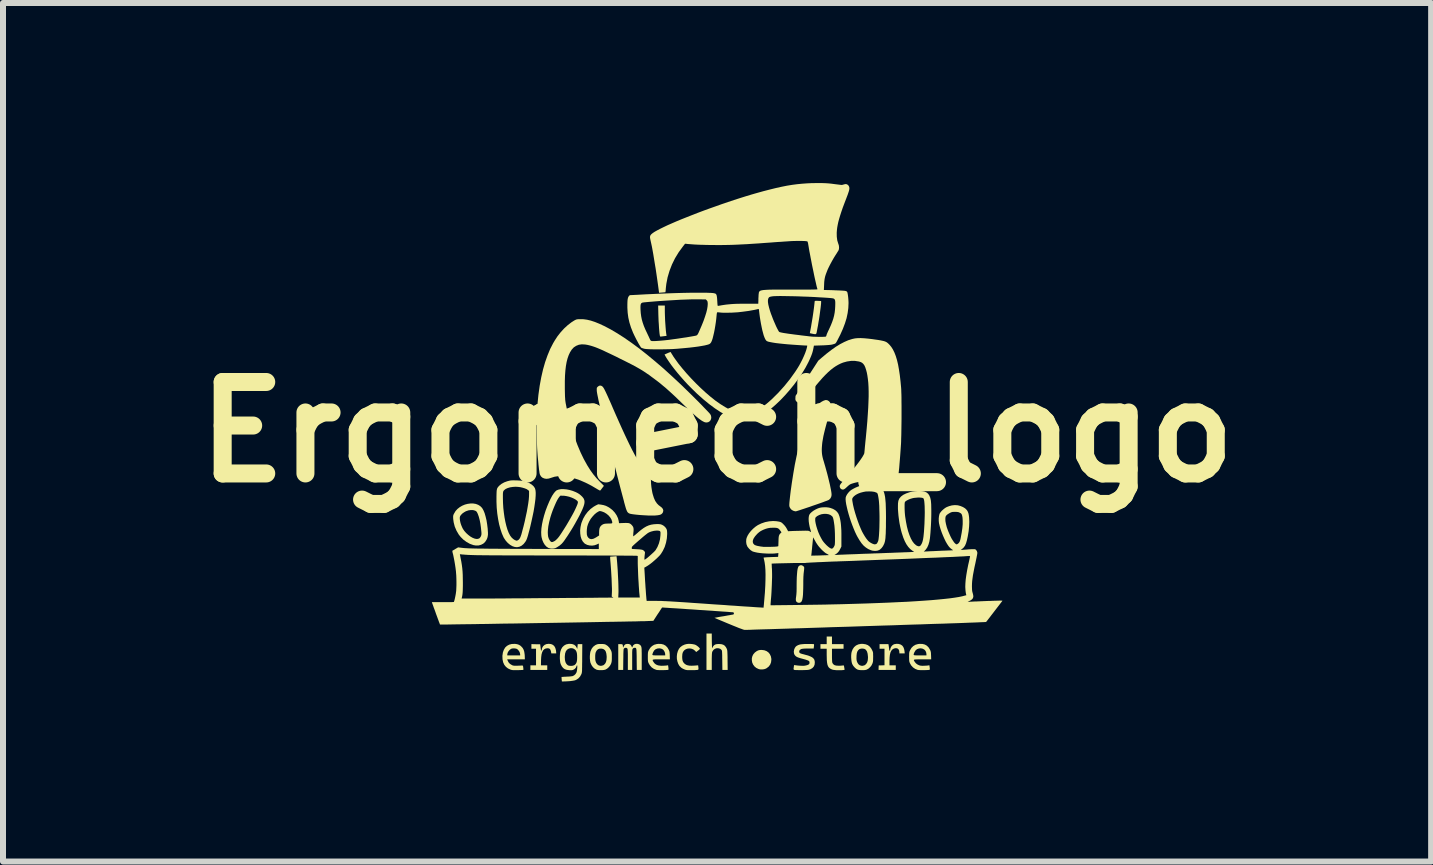
<source format=kicad_pcb>
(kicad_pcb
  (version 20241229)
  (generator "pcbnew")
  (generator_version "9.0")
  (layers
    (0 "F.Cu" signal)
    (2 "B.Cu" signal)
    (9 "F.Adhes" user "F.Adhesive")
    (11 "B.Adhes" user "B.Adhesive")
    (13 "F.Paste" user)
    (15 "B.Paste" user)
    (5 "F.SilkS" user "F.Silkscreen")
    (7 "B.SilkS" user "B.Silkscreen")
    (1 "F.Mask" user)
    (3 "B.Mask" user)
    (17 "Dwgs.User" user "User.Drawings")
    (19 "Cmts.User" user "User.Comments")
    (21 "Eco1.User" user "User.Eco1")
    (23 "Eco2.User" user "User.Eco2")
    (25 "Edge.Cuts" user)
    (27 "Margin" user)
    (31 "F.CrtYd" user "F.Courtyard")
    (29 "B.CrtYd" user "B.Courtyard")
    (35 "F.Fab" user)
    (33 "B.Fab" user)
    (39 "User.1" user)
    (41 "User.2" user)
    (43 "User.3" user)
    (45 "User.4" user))
  (footprint "Ergomech_logo"
    (layer "F.Cu")
    (at 8.897 4.149)
    (property "Reference" "Ergomech_logo" (at 0 0 0) (layer "F.SilkS") (effects (font (size 1.524 1.524) (thickness 0.3))))
    (attr board_only exclude_from_pos_files exclude_from_bom)
    (fp_poly (pts (xy -0.87 -2.013) (xy -0.869 -1.965) (xy -0.867 -1.912) (xy -0.865 -1.855) (xy -0.861 -1.799) (xy -0.857 -1.744) (xy -0.853 -1.693) (xy -0.848 -1.649) (xy -0.844 -1.623) (xy -0.841 -1.603) (xy -0.89 -1.597) (xy -0.913 -1.594) (xy -0.931 -1.592) (xy -0.943 -1.591) (xy -0.945 -1.591) (xy -0.949 -1.595) (xy -0.953 -1.608) (xy -0.954 -1.614) (xy -0.959 -1.648) (xy -0.963 -1.691) (xy -0.967 -1.74) (xy -0.97 -1.795) (xy -0.974 -1.851) (xy -0.976 -1.908) (xy -0.978 -1.963) (xy -0.978 -1.966) (xy -0.981 -2.108) (xy -0.87 -2.108)) (stroke (width 0) (type solid)) (fill yes) (layer "F.SilkS"))
    (fp_poly (pts (xy 0.786 3.635) (xy 0.824 3.649) (xy 0.856 3.671) (xy 0.88 3.701) (xy 0.897 3.737) (xy 0.905 3.779) (xy 0.905 3.792) (xy 0.9 3.835) (xy 0.886 3.873) (xy 0.862 3.906) (xy 0.829 3.932) (xy 0.814 3.941) (xy 0.785 3.951) (xy 0.751 3.955) (xy 0.716 3.954) (xy 0.69 3.947) (xy 0.653 3.929) (xy 0.623 3.904) (xy 0.601 3.874) (xy 0.586 3.84) (xy 0.58 3.805) (xy 0.58 3.768) (xy 0.589 3.733) (xy 0.606 3.7) (xy 0.631 3.672) (xy 0.664 3.648) (xy 0.67 3.645) (xy 0.691 3.636) (xy 0.709 3.632) (xy 0.731 3.63) (xy 0.743 3.63)) (stroke (width 0) (type solid)) (fill yes) (layer "F.SilkS"))
    (fp_poly (pts (xy 1.671 -2.187) (xy 1.683 -2.186) (xy 1.734 -2.184) (xy 1.734 -2.157) (xy 1.733 -2.138) (xy 1.73 -2.109) (xy 1.726 -2.073) (xy 1.72 -2.03) (xy 1.714 -1.983) (xy 1.707 -1.932) (xy 1.699 -1.88) (xy 1.69 -1.828) (xy 1.682 -1.778) (xy 1.673 -1.731) (xy 1.665 -1.688) (xy 1.663 -1.679) (xy 1.659 -1.656) (xy 1.654 -1.642) (xy 1.646 -1.633) (xy 1.635 -1.631) (xy 1.617 -1.633) (xy 1.591 -1.638) (xy 1.586 -1.639) (xy 1.546 -1.648) (xy 1.549 -1.665) (xy 1.557 -1.705) (xy 1.566 -1.752) (xy 1.574 -1.803) (xy 1.583 -1.856) (xy 1.592 -1.91) (xy 1.6 -1.963) (xy 1.607 -2.013) (xy 1.613 -2.057) (xy 1.618 -2.096) (xy 1.621 -2.125) (xy 1.622 -2.131) (xy 1.624 -2.153) (xy 1.626 -2.171) (xy 1.628 -2.182) (xy 1.629 -2.184) (xy 1.635 -2.186) (xy 1.65 -2.187)) (stroke (width 0) (type solid)) (fill yes) (layer "F.SilkS"))
    (fp_poly (pts (xy -2.766 3.532) (xy -2.736 3.545) (xy -2.712 3.566) (xy -2.695 3.596) (xy -2.684 3.635) (xy -2.682 3.652) (xy -2.679 3.688) (xy -2.761 3.688) (xy -2.767 3.655) (xy -2.775 3.63) (xy -2.785 3.614) (xy -2.8 3.605) (xy -2.823 3.602) (xy -2.825 3.602) (xy -2.854 3.606) (xy -2.878 3.618) (xy -2.898 3.638) (xy -2.913 3.666) (xy -2.924 3.704) (xy -2.93 3.751) (xy -2.933 3.808) (xy -2.933 3.824) (xy -2.934 3.886) (xy -2.829 3.886) (xy -2.829 3.963) (xy -3.11 3.963) (xy -3.11 3.886) (xy -3.016 3.886) (xy -3.016 3.61) (xy -3.093 3.61) (xy -3.093 3.533) (xy -3.02 3.535) (xy -2.947 3.536) (xy -2.943 3.566) (xy -2.94 3.589) (xy -2.937 3.611) (xy -2.936 3.62) (xy -2.933 3.634) (xy -2.928 3.642) (xy -2.925 3.644) (xy -2.923 3.636) (xy -2.922 3.634) (xy -2.919 3.611) (xy -2.909 3.586) (xy -2.896 3.566) (xy -2.872 3.545) (xy -2.84 3.532) (xy -2.804 3.528)) (stroke (width 0) (type solid)) (fill yes) (layer "F.SilkS"))
    (fp_poly (pts (xy 1.426 2.226) (xy 1.438 2.235) (xy 1.444 2.241) (xy 1.448 2.245) (xy 1.451 2.251) (xy 1.452 2.259) (xy 1.452 2.271) (xy 1.451 2.288) (xy 1.448 2.313) (xy 1.444 2.346) (xy 1.442 2.364) (xy 1.441 2.382) (xy 1.439 2.409) (xy 1.438 2.443) (xy 1.437 2.481) (xy 1.437 2.521) (xy 1.437 2.54) (xy 1.436 2.606) (xy 1.434 2.663) (xy 1.432 2.71) (xy 1.428 2.75) (xy 1.422 2.784) (xy 1.419 2.797) (xy 1.409 2.822) (xy 1.393 2.838) (xy 1.372 2.845) (xy 1.349 2.843) (xy 1.337 2.837) (xy 1.325 2.828) (xy 1.317 2.817) (xy 1.313 2.8) (xy 1.313 2.777) (xy 1.317 2.745) (xy 1.318 2.74) (xy 1.322 2.705) (xy 1.325 2.661) (xy 1.326 2.607) (xy 1.326 2.556) (xy 1.327 2.48) (xy 1.329 2.414) (xy 1.333 2.359) (xy 1.337 2.313) (xy 1.343 2.278) (xy 1.351 2.252) (xy 1.36 2.235) (xy 1.364 2.231) (xy 1.383 2.22) (xy 1.405 2.218)) (stroke (width 0) (type solid)) (fill yes) (layer "F.SilkS"))
    (fp_poly (pts (xy 1.915 3.533) (xy 2.108 3.533) (xy 2.108 3.61) (xy 1.915 3.61) (xy 1.915 3.722) (xy 1.915 3.761) (xy 1.916 3.79) (xy 1.917 3.812) (xy 1.918 3.827) (xy 1.92 3.839) (xy 1.923 3.847) (xy 1.925 3.852) (xy 1.94 3.871) (xy 1.96 3.884) (xy 1.987 3.891) (xy 2.023 3.893) (xy 2.025 3.893) (xy 2.05 3.893) (xy 2.073 3.891) (xy 2.09 3.89) (xy 2.093 3.889) (xy 2.103 3.887) (xy 2.11 3.888) (xy 2.114 3.894) (xy 2.117 3.906) (xy 2.12 3.926) (xy 2.122 3.936) (xy 2.125 3.961) (xy 2.104 3.965) (xy 2.08 3.967) (xy 2.05 3.968) (xy 2.017 3.968) (xy 1.985 3.967) (xy 1.956 3.964) (xy 1.933 3.961) (xy 1.923 3.958) (xy 1.898 3.948) (xy 1.877 3.935) (xy 1.861 3.92) (xy 1.848 3.899) (xy 1.839 3.873) (xy 1.833 3.84) (xy 1.829 3.8) (xy 1.828 3.75) (xy 1.827 3.714) (xy 1.827 3.61) (xy 1.723 3.61) (xy 1.723 3.533) (xy 1.827 3.533) (xy 1.827 3.407) (xy 1.915 3.407)) (stroke (width 0) (type solid)) (fill yes) (layer "F.SilkS"))
    (fp_poly (pts (xy 3.027 3.53) (xy 3.059 3.54) (xy 3.085 3.557) (xy 3.088 3.561) (xy 3.102 3.579) (xy 3.112 3.601) (xy 3.12 3.628) (xy 3.124 3.656) (xy 3.127 3.688) (xy 3.038 3.688) (xy 3.038 3.669) (xy 3.034 3.64) (xy 3.023 3.618) (xy 3.005 3.605) (xy 2.981 3.6) (xy 2.953 3.605) (xy 2.941 3.61) (xy 2.919 3.624) (xy 2.902 3.645) (xy 2.889 3.673) (xy 2.88 3.71) (xy 2.875 3.755) (xy 2.873 3.81) (xy 2.873 3.813) (xy 2.873 3.886) (xy 2.978 3.886) (xy 2.978 3.963) (xy 2.691 3.963) (xy 2.692 3.926) (xy 2.694 3.888) (xy 2.742 3.887) (xy 2.79 3.885) (xy 2.79 3.61) (xy 2.708 3.61) (xy 2.708 3.533) (xy 2.856 3.533) (xy 2.858 3.549) (xy 2.861 3.563) (xy 2.863 3.582) (xy 2.865 3.594) (xy 2.868 3.619) (xy 2.871 3.634) (xy 2.875 3.642) (xy 2.879 3.644) (xy 2.883 3.639) (xy 2.884 3.632) (xy 2.889 3.604) (xy 2.901 3.577) (xy 2.92 3.554) (xy 2.943 3.538) (xy 2.954 3.534) (xy 2.991 3.528)) (stroke (width 0) (type solid)) (fill yes) (layer "F.SilkS"))
    (fp_poly (pts (xy -0.087 3.485) (xy -0.086 3.521) (xy -0.085 3.552) (xy -0.084 3.577) (xy -0.083 3.594) (xy -0.082 3.602) (xy -0.081 3.602) (xy -0.067 3.573) (xy -0.051 3.553) (xy -0.031 3.54) (xy -0.005 3.533) (xy 0.03 3.531) (xy 0.033 3.531) (xy 0.072 3.534) (xy 0.103 3.543) (xy 0.128 3.559) (xy 0.148 3.584) (xy 0.161 3.608) (xy 0.164 3.616) (xy 0.167 3.624) (xy 0.169 3.634) (xy 0.171 3.647) (xy 0.172 3.663) (xy 0.173 3.686) (xy 0.174 3.715) (xy 0.175 3.752) (xy 0.175 3.799) (xy 0.177 3.963) (xy 0.089 3.963) (xy 0.087 3.804) (xy 0.086 3.757) (xy 0.086 3.721) (xy 0.085 3.693) (xy 0.084 3.672) (xy 0.083 3.657) (xy 0.082 3.646) (xy 0.079 3.638) (xy 0.077 3.633) (xy 0.074 3.629) (xy 0.055 3.612) (xy 0.03 3.603) (xy -0.000017 3.601) (xy -0.008 3.602) (xy -0.035 3.611) (xy -0.059 3.629) (xy -0.076 3.653) (xy -0.082 3.668) (xy -0.084 3.681) (xy -0.086 3.704) (xy -0.087 3.735) (xy -0.088 3.774) (xy -0.088 3.818) (xy -0.088 3.827) (xy -0.088 3.963) (xy -0.176 3.963) (xy -0.176 3.357) (xy -0.088 3.357)) (stroke (width 0) (type solid)) (fill yes) (layer "F.SilkS"))
    (fp_poly (pts (xy -0.414 3.532) (xy -0.382 3.538) (xy -0.367 3.542) (xy -0.35 3.55) (xy -0.331 3.563) (xy -0.313 3.577) (xy -0.298 3.592) (xy -0.288 3.604) (xy -0.286 3.611) (xy -0.29 3.618) (xy -0.301 3.629) (xy -0.317 3.642) (xy -0.317 3.642) (xy -0.348 3.665) (xy -0.364 3.646) (xy -0.389 3.625) (xy -0.42 3.611) (xy -0.453 3.605) (xy -0.487 3.607) (xy -0.518 3.617) (xy -0.544 3.634) (xy -0.56 3.653) (xy -0.571 3.673) (xy -0.578 3.699) (xy -0.58 3.732) (xy -0.581 3.745) (xy -0.579 3.781) (xy -0.574 3.809) (xy -0.564 3.832) (xy -0.549 3.851) (xy -0.536 3.863) (xy -0.515 3.877) (xy -0.49 3.886) (xy -0.459 3.892) (xy -0.421 3.893) (xy -0.375 3.891) (xy -0.36 3.89) (xy -0.315 3.886) (xy -0.311 3.919) (xy -0.309 3.943) (xy -0.312 3.957) (xy -0.313 3.959) (xy -0.322 3.962) (xy -0.34 3.964) (xy -0.369 3.966) (xy -0.407 3.967) (xy -0.412 3.967) (xy -0.447 3.967) (xy -0.474 3.967) (xy -0.495 3.966) (xy -0.511 3.964) (xy -0.525 3.961) (xy -0.537 3.957) (xy -0.56 3.947) (xy -0.585 3.934) (xy -0.597 3.925) (xy -0.625 3.898) (xy -0.646 3.863) (xy -0.66 3.823) (xy -0.669 3.78) (xy -0.67 3.736) (xy -0.665 3.692) (xy -0.653 3.65) (xy -0.635 3.613) (xy -0.613 3.585) (xy -0.581 3.56) (xy -0.541 3.541) (xy -0.511 3.533) (xy -0.483 3.529) (xy -0.449 3.529)) (stroke (width 0) (type solid)) (fill yes) (layer "F.SilkS"))
    (fp_poly (pts (xy -3.365 3.529) (xy -3.331 3.534) (xy -3.304 3.543) (xy -3.279 3.557) (xy -3.262 3.572) (xy -3.239 3.597) (xy -3.223 3.626) (xy -3.212 3.66) (xy -3.206 3.702) (xy -3.204 3.724) (xy -3.202 3.787) (xy -3.496 3.787) (xy -3.492 3.799) (xy -3.476 3.834) (xy -3.451 3.862) (xy -3.418 3.882) (xy -3.405 3.888) (xy -3.392 3.891) (xy -3.376 3.893) (xy -3.354 3.893) (xy -3.33 3.893) (xy -3.303 3.892) (xy -3.278 3.891) (xy -3.259 3.89) (xy -3.25 3.89) (xy -3.241 3.89) (xy -3.236 3.892) (xy -3.232 3.9) (xy -3.23 3.916) (xy -3.229 3.923) (xy -3.227 3.942) (xy -3.226 3.956) (xy -3.228 3.961) (xy -3.234 3.963) (xy -3.249 3.964) (xy -3.272 3.965) (xy -3.3 3.966) (xy -3.32 3.967) (xy -3.355 3.967) (xy -3.382 3.967) (xy -3.402 3.966) (xy -3.417 3.964) (xy -3.431 3.961) (xy -3.443 3.957) (xy -3.484 3.938) (xy -3.518 3.911) (xy -3.545 3.877) (xy -3.564 3.835) (xy -3.574 3.787) (xy -3.576 3.734) (xy -3.576 3.723) (xy -3.575 3.721) (xy -3.495 3.721) (xy -3.28 3.721) (xy -3.28 3.708) (xy -3.285 3.678) (xy -3.299 3.649) (xy -3.319 3.625) (xy -3.337 3.612) (xy -3.356 3.607) (xy -3.38 3.604) (xy -3.406 3.605) (xy -3.427 3.61) (xy -3.432 3.612) (xy -3.455 3.629) (xy -3.475 3.652) (xy -3.489 3.678) (xy -3.495 3.703) (xy -3.495 3.707) (xy -3.495 3.721) (xy -3.575 3.721) (xy -3.568 3.671) (xy -3.552 3.627) (xy -3.53 3.59) (xy -3.5 3.562) (xy -3.463 3.542) (xy -3.421 3.531) (xy -3.372 3.529)) (stroke (width 0) (type solid)) (fill yes) (layer "F.SilkS"))
    (fp_poly (pts (xy 2.476 3.536) (xy 2.513 3.55) (xy 2.544 3.574) (xy 2.569 3.606) (xy 2.583 3.632) (xy 2.59 3.647) (xy 2.595 3.659) (xy 2.598 3.671) (xy 2.6 3.686) (xy 2.6 3.706) (xy 2.601 3.734) (xy 2.601 3.748) (xy 2.6 3.781) (xy 2.6 3.805) (xy 2.598 3.823) (xy 2.595 3.837) (xy 2.591 3.851) (xy 2.587 3.861) (xy 2.571 3.892) (xy 2.547 3.92) (xy 2.521 3.943) (xy 2.493 3.958) (xy 2.491 3.959) (xy 2.465 3.965) (xy 2.434 3.967) (xy 2.4 3.967) (xy 2.369 3.964) (xy 2.345 3.959) (xy 2.319 3.945) (xy 2.294 3.923) (xy 2.271 3.897) (xy 2.254 3.868) (xy 2.251 3.861) (xy 2.243 3.833) (xy 2.238 3.798) (xy 2.236 3.771) (xy 2.323 3.771) (xy 2.325 3.799) (xy 2.33 3.82) (xy 2.341 3.846) (xy 2.356 3.868) (xy 2.374 3.883) (xy 2.388 3.889) (xy 2.401 3.892) (xy 2.408 3.894) (xy 2.421 3.895) (xy 2.439 3.891) (xy 2.456 3.886) (xy 2.466 3.881) (xy 2.487 3.86) (xy 2.503 3.833) (xy 2.512 3.799) (xy 2.515 3.757) (xy 2.514 3.737) (xy 2.509 3.693) (xy 2.499 3.657) (xy 2.482 3.631) (xy 2.469 3.619) (xy 2.451 3.611) (xy 2.426 3.607) (xy 2.401 3.608) (xy 2.378 3.614) (xy 2.368 3.619) (xy 2.35 3.637) (xy 2.336 3.66) (xy 2.328 3.69) (xy 2.324 3.728) (xy 2.324 3.735) (xy 2.323 3.771) (xy 2.236 3.771) (xy 2.235 3.759) (xy 2.235 3.721) (xy 2.238 3.686) (xy 2.243 3.662) (xy 2.26 3.618) (xy 2.284 3.583) (xy 2.315 3.556) (xy 2.353 3.538) (xy 2.396 3.529) (xy 2.432 3.529)) (stroke (width 0) (type solid)) (fill yes) (layer "F.SilkS"))
    (fp_poly (pts (xy -1.906 3.531) (xy -1.886 3.533) (xy -1.869 3.536) (xy -1.855 3.542) (xy -1.854 3.542) (xy -1.821 3.564) (xy -1.792 3.595) (xy -1.77 3.632) (xy -1.763 3.647) (xy -1.759 3.659) (xy -1.756 3.671) (xy -1.754 3.686) (xy -1.753 3.706) (xy -1.753 3.734) (xy -1.753 3.748) (xy -1.753 3.781) (xy -1.754 3.805) (xy -1.756 3.823) (xy -1.759 3.838) (xy -1.763 3.851) (xy -1.766 3.861) (xy -1.783 3.892) (xy -1.806 3.92) (xy -1.833 3.943) (xy -1.861 3.958) (xy -1.863 3.959) (xy -1.887 3.964) (xy -1.917 3.967) (xy -1.95 3.967) (xy -1.98 3.965) (xy -2.005 3.96) (xy -2.007 3.959) (xy -2.039 3.942) (xy -2.068 3.916) (xy -2.091 3.883) (xy -2.108 3.845) (xy -2.111 3.835) (xy -2.116 3.806) (xy -2.119 3.771) (xy -2.03 3.771) (xy -2.028 3.799) (xy -2.023 3.82) (xy -2.013 3.846) (xy -1.997 3.868) (xy -1.979 3.883) (xy -1.966 3.889) (xy -1.953 3.892) (xy -1.946 3.894) (xy -1.933 3.895) (xy -1.915 3.891) (xy -1.897 3.886) (xy -1.888 3.881) (xy -1.866 3.86) (xy -1.851 3.833) (xy -1.842 3.799) (xy -1.839 3.756) (xy -1.839 3.737) (xy -1.844 3.693) (xy -1.853 3.659) (xy -1.868 3.634) (xy -1.889 3.618) (xy -1.916 3.609) (xy -1.936 3.608) (xy -1.963 3.61) (xy -1.984 3.619) (xy -2.002 3.635) (xy -2.014 3.655) (xy -2.021 3.669) (xy -2.025 3.683) (xy -2.028 3.701) (xy -2.03 3.726) (xy -2.03 3.735) (xy -2.03 3.771) (xy -2.119 3.771) (xy -2.119 3.77) (xy -2.119 3.732) (xy -2.116 3.695) (xy -2.111 3.664) (xy -2.108 3.654) (xy -2.09 3.612) (xy -2.065 3.578) (xy -2.033 3.553) (xy -2.023 3.547) (xy -2.007 3.54) (xy -1.993 3.535) (xy -1.978 3.532) (xy -1.958 3.531) (xy -1.935 3.531)) (stroke (width 0) (type solid)) (fill yes) (layer "F.SilkS"))
    (fp_poly (pts (xy -4.063 1.19) (xy -4.02 1.197) (xy -3.98 1.212) (xy -3.946 1.233) (xy -3.917 1.262) (xy -3.912 1.269) (xy -3.891 1.306) (xy -3.872 1.352) (xy -3.856 1.408) (xy -3.841 1.47) (xy -3.83 1.539) (xy -3.821 1.612) (xy -3.82 1.632) (xy -3.817 1.675) (xy -3.817 1.709) (xy -3.821 1.737) (xy -3.827 1.763) (xy -3.837 1.787) (xy -3.84 1.793) (xy -3.864 1.83) (xy -3.895 1.859) (xy -3.932 1.878) (xy -3.973 1.889) (xy -4.018 1.89) (xy -4.06 1.883) (xy -4.118 1.862) (xy -4.174 1.831) (xy -4.227 1.792) (xy -4.272 1.747) (xy -4.303 1.708) (xy -4.341 1.643) (xy -4.37 1.575) (xy -4.388 1.505) (xy -4.396 1.447) (xy -4.286 1.447) (xy -4.282 1.479) (xy -4.274 1.515) (xy -4.262 1.551) (xy -4.247 1.587) (xy -4.234 1.613) (xy -4.21 1.648) (xy -4.18 1.682) (xy -4.147 1.712) (xy -4.112 1.739) (xy -4.076 1.76) (xy -4.042 1.774) (xy -4.01 1.781) (xy -3.994 1.781) (xy -3.976 1.777) (xy -3.96 1.77) (xy -3.959 1.77) (xy -3.949 1.759) (xy -3.938 1.743) (xy -3.934 1.735) (xy -3.929 1.722) (xy -3.926 1.708) (xy -3.925 1.691) (xy -3.926 1.668) (xy -3.927 1.66) (xy -3.934 1.591) (xy -3.943 1.525) (xy -3.955 1.465) (xy -3.969 1.412) (xy -3.985 1.367) (xy -3.99 1.355) (xy -4 1.336) (xy -4.009 1.323) (xy -4.02 1.315) (xy -4.032 1.309) (xy -4.064 1.3) (xy -4.1 1.299) (xy -4.14 1.304) (xy -4.178 1.317) (xy -4.186 1.32) (xy -4.217 1.338) (xy -4.246 1.359) (xy -4.268 1.383) (xy -4.28 1.4) (xy -4.286 1.42) (xy -4.286 1.447) (xy -4.396 1.447) (xy -4.396 1.446) (xy -4.397 1.421) (xy -4.397 1.404) (xy -4.395 1.39) (xy -4.391 1.377) (xy -4.384 1.361) (xy -4.381 1.357) (xy -4.357 1.316) (xy -4.325 1.281) (xy -4.287 1.251) (xy -4.246 1.227) (xy -4.201 1.208) (xy -4.155 1.196) (xy -4.109 1.19)) (stroke (width 0) (type solid)) (fill yes) (layer "F.SilkS"))
    (fp_poly (pts (xy -0.932 3.53) (xy -0.891 3.54) (xy -0.857 3.559) (xy -0.829 3.587) (xy -0.809 3.619) (xy -0.801 3.636) (xy -0.795 3.65) (xy -0.792 3.665) (xy -0.79 3.682) (xy -0.788 3.706) (xy -0.788 3.722) (xy -0.786 3.787) (xy -0.93 3.787) (xy -0.975 3.787) (xy -1.01 3.787) (xy -1.036 3.787) (xy -1.054 3.789) (xy -1.066 3.791) (xy -1.072 3.795) (xy -1.073 3.801) (xy -1.071 3.808) (xy -1.066 3.818) (xy -1.063 3.824) (xy -1.043 3.852) (xy -1.017 3.873) (xy -0.983 3.887) (xy -0.941 3.893) (xy -0.922 3.894) (xy -0.895 3.893) (xy -0.869 3.892) (xy -0.848 3.89) (xy -0.844 3.89) (xy -0.816 3.885) (xy -0.811 3.92) (xy -0.809 3.939) (xy -0.809 3.953) (xy -0.81 3.96) (xy -0.817 3.962) (xy -0.833 3.964) (xy -0.856 3.965) (xy -0.882 3.966) (xy -0.911 3.966) (xy -0.94 3.966) (xy -0.967 3.966) (xy -0.989 3.965) (xy -1.005 3.963) (xy -1.009 3.963) (xy -1.052 3.946) (xy -1.089 3.921) (xy -1.119 3.887) (xy -1.138 3.855) (xy -1.144 3.842) (xy -1.148 3.829) (xy -1.151 3.816) (xy -1.152 3.8) (xy -1.153 3.777) (xy -1.153 3.747) (xy -1.153 3.745) (xy -1.153 3.714) (xy -1.153 3.71) (xy -1.077 3.71) (xy -1.073 3.715) (xy -1.063 3.719) (xy -1.046 3.72) (xy -1.021 3.721) (xy -0.986 3.721) (xy -0.971 3.721) (xy -0.864 3.721) (xy -0.864 3.7) (xy -0.868 3.677) (xy -0.878 3.653) (xy -0.892 3.632) (xy -0.902 3.622) (xy -0.929 3.609) (xy -0.96 3.603) (xy -0.991 3.606) (xy -0.991 3.606) (xy -1.022 3.617) (xy -1.047 3.638) (xy -1.065 3.668) (xy -1.067 3.674) (xy -1.073 3.69) (xy -1.077 3.701) (xy -1.077 3.71) (xy -1.153 3.71) (xy -1.152 3.692) (xy -1.151 3.675) (xy -1.148 3.662) (xy -1.144 3.649) (xy -1.138 3.635) (xy -1.137 3.635) (xy -1.114 3.596) (xy -1.084 3.566) (xy -1.048 3.544) (xy -1.005 3.532) (xy -0.979 3.529)) (stroke (width 0) (type solid)) (fill yes) (layer "F.SilkS"))
    (fp_poly (pts (xy -1.307 3.533) (xy -1.285 3.544) (xy -1.269 3.561) (xy -1.265 3.569) (xy -1.263 3.576) (xy -1.26 3.584) (xy -1.259 3.594) (xy -1.257 3.608) (xy -1.256 3.627) (xy -1.256 3.652) (xy -1.255 3.684) (xy -1.255 3.724) (xy -1.255 3.775) (xy -1.255 3.777) (xy -1.255 3.963) (xy -1.337 3.963) (xy -1.339 3.787) (xy -1.339 3.736) (xy -1.34 3.695) (xy -1.341 3.663) (xy -1.342 3.638) (xy -1.344 3.62) (xy -1.347 3.608) (xy -1.351 3.6) (xy -1.356 3.596) (xy -1.363 3.594) (xy -1.371 3.594) (xy -1.373 3.594) (xy -1.391 3.598) (xy -1.403 3.608) (xy -1.406 3.613) (xy -1.409 3.618) (xy -1.411 3.625) (xy -1.412 3.636) (xy -1.413 3.651) (xy -1.414 3.672) (xy -1.414 3.699) (xy -1.414 3.735) (xy -1.414 3.78) (xy -1.414 3.793) (xy -1.414 3.963) (xy -1.486 3.963) (xy -1.486 3.791) (xy -1.486 3.741) (xy -1.486 3.702) (xy -1.487 3.671) (xy -1.488 3.648) (xy -1.489 3.631) (xy -1.49 3.619) (xy -1.492 3.612) (xy -1.494 3.607) (xy -1.495 3.606) (xy -1.507 3.596) (xy -1.524 3.594) (xy -1.541 3.599) (xy -1.55 3.606) (xy -1.553 3.609) (xy -1.555 3.615) (xy -1.557 3.622) (xy -1.558 3.634) (xy -1.559 3.65) (xy -1.56 3.673) (xy -1.561 3.703) (xy -1.561 3.742) (xy -1.562 3.79) (xy -1.564 3.963) (xy -1.646 3.963) (xy -1.646 3.533) (xy -1.61 3.533) (xy -1.589 3.534) (xy -1.577 3.538) (xy -1.571 3.546) (xy -1.569 3.561) (xy -1.569 3.57) (xy -1.567 3.582) (xy -1.564 3.588) (xy -1.563 3.588) (xy -1.559 3.584) (xy -1.558 3.578) (xy -1.554 3.567) (xy -1.545 3.553) (xy -1.542 3.549) (xy -1.53 3.538) (xy -1.518 3.533) (xy -1.5 3.53) (xy -1.497 3.53) (xy -1.467 3.531) (xy -1.444 3.542) (xy -1.429 3.56) (xy -1.425 3.569) (xy -1.419 3.583) (xy -1.414 3.587) (xy -1.409 3.581) (xy -1.406 3.571) (xy -1.395 3.551) (xy -1.377 3.537) (xy -1.355 3.529) (xy -1.331 3.528)) (stroke (width 0) (type solid)) (fill yes) (layer "F.SilkS"))
    (fp_poly (pts (xy 1.841 -0.529) (xy 1.864 -0.515) (xy 1.882 -0.495) (xy 1.882 -0.494) (xy 1.889 -0.48) (xy 1.893 -0.463) (xy 1.894 -0.443) (xy 1.892 -0.417) (xy 1.888 -0.386) (xy 1.88 -0.347) (xy 1.869 -0.301) (xy 1.854 -0.247) (xy 1.841 -0.2) (xy 1.819 -0.121) (xy 1.8 -0.05) (xy 1.785 0.012) (xy 1.772 0.068) (xy 1.763 0.119) (xy 1.755 0.165) (xy 1.75 0.209) (xy 1.747 0.251) (xy 1.746 0.264) (xy 1.745 0.299) (xy 1.746 0.329) (xy 1.748 0.357) (xy 1.752 0.386) (xy 1.758 0.417) (xy 1.767 0.453) (xy 1.78 0.495) (xy 1.786 0.517) (xy 1.804 0.578) (xy 1.821 0.64) (xy 1.838 0.702) (xy 1.853 0.762) (xy 1.867 0.82) (xy 1.88 0.874) (xy 1.89 0.924) (xy 1.899 0.968) (xy 1.905 1.004) (xy 1.908 1.033) (xy 1.908 1.052) (xy 1.908 1.052) (xy 1.902 1.08) (xy 1.888 1.106) (xy 1.869 1.125) (xy 1.859 1.132) (xy 1.847 1.137) (xy 1.827 1.145) (xy 1.799 1.155) (xy 1.765 1.168) (xy 1.726 1.182) (xy 1.683 1.197) (xy 1.637 1.213) (xy 1.59 1.229) (xy 1.543 1.246) (xy 1.497 1.261) (xy 1.453 1.276) (xy 1.413 1.289) (xy 1.378 1.301) (xy 1.349 1.31) (xy 1.327 1.317) (xy 1.313 1.32) (xy 1.31 1.321) (xy 1.294 1.318) (xy 1.273 1.312) (xy 1.262 1.307) (xy 1.234 1.288) (xy 1.215 1.262) (xy 1.205 1.237) (xy 1.204 1.225) (xy 1.204 1.203) (xy 1.206 1.172) (xy 1.21 1.132) (xy 1.215 1.086) (xy 1.221 1.033) (xy 1.228 0.976) (xy 1.237 0.913) (xy 1.246 0.848) (xy 1.247 0.842) (xy 1.271 0.689) (xy 1.296 0.543) (xy 1.324 0.406) (xy 1.352 0.277) (xy 1.383 0.157) (xy 1.415 0.046) (xy 1.448 -0.055) (xy 1.482 -0.147) (xy 1.517 -0.228) (xy 1.554 -0.299) (xy 1.584 -0.349) (xy 1.612 -0.388) (xy 1.644 -0.424) (xy 1.678 -0.457) (xy 1.712 -0.485) (xy 1.746 -0.508) (xy 1.778 -0.524) (xy 1.806 -0.533) (xy 1.816 -0.534)) (stroke (width 0) (type solid)) (fill yes) (layer "F.SilkS"))
    (fp_poly (pts (xy 3.422 3.53) (xy 3.462 3.54) (xy 3.496 3.559) (xy 3.524 3.587) (xy 3.544 3.619) (xy 3.553 3.636) (xy 3.558 3.65) (xy 3.562 3.665) (xy 3.564 3.682) (xy 3.565 3.706) (xy 3.566 3.722) (xy 3.568 3.787) (xy 3.424 3.787) (xy 3.378 3.787) (xy 3.342 3.787) (xy 3.315 3.788) (xy 3.297 3.789) (xy 3.285 3.792) (xy 3.28 3.797) (xy 3.28 3.804) (xy 3.284 3.813) (xy 3.292 3.825) (xy 3.298 3.834) (xy 3.315 3.854) (xy 3.336 3.87) (xy 3.349 3.877) (xy 3.366 3.885) (xy 3.382 3.89) (xy 3.399 3.893) (xy 3.422 3.894) (xy 3.431 3.894) (xy 3.458 3.893) (xy 3.484 3.892) (xy 3.505 3.89) (xy 3.51 3.89) (xy 3.538 3.885) (xy 3.543 3.92) (xy 3.545 3.939) (xy 3.545 3.953) (xy 3.543 3.96) (xy 3.536 3.962) (xy 3.52 3.964) (xy 3.498 3.965) (xy 3.471 3.966) (xy 3.442 3.966) (xy 3.413 3.966) (xy 3.386 3.966) (xy 3.364 3.965) (xy 3.348 3.963) (xy 3.345 3.963) (xy 3.302 3.946) (xy 3.265 3.921) (xy 3.234 3.887) (xy 3.216 3.855) (xy 3.21 3.842) (xy 3.205 3.829) (xy 3.203 3.816) (xy 3.201 3.8) (xy 3.201 3.777) (xy 3.2 3.747) (xy 3.2 3.745) (xy 3.201 3.714) (xy 3.201 3.71) (xy 3.276 3.71) (xy 3.28 3.715) (xy 3.29 3.719) (xy 3.307 3.72) (xy 3.332 3.721) (xy 3.367 3.721) (xy 3.382 3.721) (xy 3.489 3.721) (xy 3.489 3.7) (xy 3.485 3.674) (xy 3.475 3.649) (xy 3.459 3.629) (xy 3.452 3.623) (xy 3.425 3.609) (xy 3.393 3.603) (xy 3.363 3.606) (xy 3.332 3.617) (xy 3.307 3.638) (xy 3.289 3.668) (xy 3.286 3.674) (xy 3.28 3.69) (xy 3.276 3.701) (xy 3.276 3.71) (xy 3.201 3.71) (xy 3.201 3.692) (xy 3.203 3.675) (xy 3.205 3.662) (xy 3.21 3.649) (xy 3.216 3.635) (xy 3.216 3.635) (xy 3.239 3.596) (xy 3.269 3.566) (xy 3.306 3.544) (xy 3.348 3.532) (xy 3.374 3.529)) (stroke (width 0) (type solid)) (fill yes) (layer "F.SilkS"))
    (fp_poly (pts (xy 1.544 3.531) (xy 1.572 3.531) (xy 1.595 3.532) (xy 1.609 3.533) (xy 1.615 3.534) (xy 1.616 3.541) (xy 1.616 3.555) (xy 1.614 3.572) (xy 1.61 3.606) (xy 1.514 3.607) (xy 1.477 3.607) (xy 1.45 3.608) (xy 1.43 3.61) (xy 1.415 3.612) (xy 1.404 3.615) (xy 1.397 3.618) (xy 1.379 3.631) (xy 1.369 3.648) (xy 1.37 3.666) (xy 1.37 3.668) (xy 1.374 3.675) (xy 1.379 3.681) (xy 1.387 3.686) (xy 1.4 3.691) (xy 1.419 3.697) (xy 1.447 3.704) (xy 1.468 3.71) (xy 1.517 3.723) (xy 1.555 3.738) (xy 1.585 3.753) (xy 1.606 3.771) (xy 1.62 3.791) (xy 1.627 3.816) (xy 1.629 3.84) (xy 1.625 3.877) (xy 1.611 3.908) (xy 1.589 3.932) (xy 1.557 3.951) (xy 1.552 3.953) (xy 1.54 3.957) (xy 1.528 3.96) (xy 1.513 3.963) (xy 1.493 3.964) (xy 1.468 3.965) (xy 1.434 3.966) (xy 1.42 3.966) (xy 1.386 3.966) (xy 1.354 3.966) (xy 1.327 3.965) (xy 1.307 3.965) (xy 1.296 3.964) (xy 1.285 3.962) (xy 1.279 3.958) (xy 1.276 3.952) (xy 1.275 3.94) (xy 1.278 3.921) (xy 1.28 3.906) (xy 1.282 3.89) (xy 1.286 3.883) (xy 1.292 3.882) (xy 1.292 3.882) (xy 1.307 3.885) (xy 1.33 3.888) (xy 1.357 3.891) (xy 1.387 3.893) (xy 1.414 3.894) (xy 1.438 3.894) (xy 1.45 3.894) (xy 1.48 3.889) (xy 1.506 3.882) (xy 1.525 3.873) (xy 1.536 3.864) (xy 1.536 3.864) (xy 1.54 3.851) (xy 1.541 3.836) (xy 1.539 3.826) (xy 1.533 3.816) (xy 1.521 3.808) (xy 1.501 3.8) (xy 1.474 3.791) (xy 1.438 3.781) (xy 1.393 3.769) (xy 1.358 3.758) (xy 1.331 3.747) (xy 1.312 3.734) (xy 1.298 3.72) (xy 1.288 3.704) (xy 1.282 3.687) (xy 1.279 3.657) (xy 1.284 3.626) (xy 1.296 3.597) (xy 1.313 3.573) (xy 1.328 3.562) (xy 1.348 3.551) (xy 1.369 3.543) (xy 1.393 3.537) (xy 1.423 3.534) (xy 1.459 3.531) (xy 1.505 3.531) (xy 1.512 3.531)) (stroke (width 0) (type solid)) (fill yes) (layer "F.SilkS"))
    (fp_poly (pts (xy -1.923 -0.769) (xy -1.915 -0.763) (xy -1.908 -0.758) (xy -1.9 -0.749) (xy -1.891 -0.736) (xy -1.881 -0.72) (xy -1.87 -0.698) (xy -1.856 -0.67) (xy -1.84 -0.636) (xy -1.821 -0.595) (xy -1.799 -0.545) (xy -1.773 -0.487) (xy -1.744 -0.42) (xy -1.74 -0.41) (xy -1.684 -0.282) (xy -1.631 -0.163) (xy -1.582 -0.054) (xy -1.536 0.046) (xy -1.493 0.137) (xy -1.453 0.22) (xy -1.415 0.296) (xy -1.379 0.364) (xy -1.345 0.425) (xy -1.314 0.48) (xy -1.283 0.529) (xy -1.254 0.572) (xy -1.226 0.61) (xy -1.199 0.644) (xy -1.173 0.673) (xy -1.171 0.674) (xy -1.145 0.703) (xy -1.126 0.727) (xy -1.113 0.748) (xy -1.106 0.77) (xy -1.102 0.793) (xy -1.101 0.818) (xy -1.099 0.863) (xy -1.094 0.913) (xy -1.086 0.965) (xy -1.077 1.014) (xy -1.07 1.04) (xy -1.052 1.098) (xy -1.03 1.147) (xy -1.003 1.187) (xy -0.973 1.218) (xy -0.95 1.235) (xy -0.922 1.257) (xy -0.904 1.279) (xy -0.896 1.302) (xy -0.896 1.311) (xy -0.901 1.336) (xy -0.916 1.358) (xy -0.934 1.372) (xy -0.956 1.38) (xy -0.989 1.386) (xy -1.032 1.39) (xy -1.085 1.391) (xy -1.149 1.39) (xy -1.222 1.386) (xy -1.283 1.382) (xy -1.336 1.377) (xy -1.381 1.372) (xy -1.418 1.367) (xy -1.444 1.362) (xy -1.46 1.357) (xy -1.472 1.351) (xy -1.482 1.343) (xy -1.491 1.334) (xy -1.499 1.321) (xy -1.507 1.303) (xy -1.516 1.28) (xy -1.525 1.25) (xy -1.536 1.211) (xy -1.549 1.164) (xy -1.55 1.157) (xy -1.577 1.056) (xy -1.605 0.951) (xy -1.633 0.844) (xy -1.661 0.735) (xy -1.689 0.625) (xy -1.717 0.515) (xy -1.745 0.406) (xy -1.772 0.299) (xy -1.799 0.195) (xy -1.824 0.094) (xy -1.848 -0.001) (xy -1.871 -0.092) (xy -1.891 -0.176) (xy -1.91 -0.252) (xy -1.926 -0.32) (xy -1.94 -0.379) (xy -1.948 -0.41) (xy -1.962 -0.475) (xy -1.975 -0.53) (xy -1.984 -0.576) (xy -1.992 -0.614) (xy -1.998 -0.646) (xy -2.002 -0.671) (xy -2.004 -0.692) (xy -2.004 -0.707) (xy -2.004 -0.726) (xy -2.002 -0.738) (xy -1.995 -0.748) (xy -1.985 -0.758) (xy -1.964 -0.772) (xy -1.944 -0.775)) (stroke (width 0) (type solid)) (fill yes) (layer "F.SilkS"))
    (fp_poly (pts (xy -2.507 0.955) (xy -2.456 0.965) (xy -2.405 0.98) (xy -2.355 1) (xy -2.327 1.014) (xy -2.297 1.032) (xy -2.269 1.055) (xy -2.244 1.079) (xy -2.225 1.103) (xy -2.219 1.115) (xy -2.211 1.135) (xy -2.208 1.157) (xy -2.209 1.182) (xy -2.215 1.211) (xy -2.226 1.245) (xy -2.242 1.285) (xy -2.264 1.332) (xy -2.289 1.384) (xy -2.314 1.431) (xy -2.342 1.482) (xy -2.371 1.534) (xy -2.401 1.586) (xy -2.432 1.637) (xy -2.463 1.686) (xy -2.492 1.731) (xy -2.52 1.772) (xy -2.544 1.807) (xy -2.565 1.835) (xy -2.583 1.855) (xy -2.586 1.859) (xy -2.612 1.882) (xy -2.641 1.903) (xy -2.669 1.921) (xy -2.694 1.933) (xy -2.698 1.935) (xy -2.733 1.942) (xy -2.77 1.941) (xy -2.804 1.932) (xy -2.81 1.93) (xy -2.841 1.91) (xy -2.869 1.88) (xy -2.892 1.843) (xy -2.911 1.799) (xy -2.924 1.751) (xy -2.928 1.72) (xy -2.93 1.67) (xy -2.82 1.67) (xy -2.818 1.711) (xy -2.814 1.743) (xy -2.805 1.771) (xy -2.792 1.797) (xy -2.784 1.809) (xy -2.77 1.826) (xy -2.754 1.833) (xy -2.736 1.83) (xy -2.713 1.819) (xy -2.707 1.816) (xy -2.689 1.803) (xy -2.671 1.786) (xy -2.652 1.766) (xy -2.632 1.741) (xy -2.609 1.708) (xy -2.591 1.681) (xy -2.552 1.62) (xy -2.513 1.558) (xy -2.477 1.497) (xy -2.443 1.438) (xy -2.411 1.381) (xy -2.383 1.329) (xy -2.36 1.281) (xy -2.341 1.239) (xy -2.327 1.205) (xy -2.321 1.186) (xy -2.318 1.17) (xy -2.319 1.161) (xy -2.325 1.151) (xy -2.33 1.145) (xy -2.354 1.126) (xy -2.386 1.108) (xy -2.424 1.091) (xy -2.465 1.077) (xy -2.508 1.067) (xy -2.548 1.061) (xy -2.564 1.061) (xy -2.61 1.059) (xy -2.629 1.081) (xy -2.644 1.102) (xy -2.662 1.132) (xy -2.681 1.17) (xy -2.7 1.213) (xy -2.72 1.26) (xy -2.74 1.31) (xy -2.758 1.361) (xy -2.774 1.411) (xy -2.777 1.421) (xy -2.797 1.499) (xy -2.811 1.568) (xy -2.818 1.631) (xy -2.82 1.67) (xy -2.93 1.67) (xy -2.93 1.666) (xy -2.926 1.604) (xy -2.916 1.536) (xy -2.901 1.464) (xy -2.881 1.388) (xy -2.857 1.311) (xy -2.828 1.234) (xy -2.796 1.158) (xy -2.772 1.108) (xy -2.747 1.061) (xy -2.722 1.023) (xy -2.699 0.994) (xy -2.677 0.974) (xy -2.671 0.97) (xy -2.639 0.958) (xy -2.6 0.951) (xy -2.556 0.951)) (stroke (width 0) (type solid)) (fill yes) (layer "F.SilkS"))
    (fp_poly (pts (xy -2.413 3.532) (xy -2.38 3.544) (xy -2.356 3.564) (xy -2.339 3.591) (xy -2.329 3.613) (xy -2.325 3.573) (xy -2.321 3.533) (xy -2.245 3.533) (xy -2.247 3.769) (xy -2.247 3.826) (xy -2.248 3.873) (xy -2.248 3.911) (xy -2.249 3.942) (xy -2.249 3.966) (xy -2.25 3.985) (xy -2.252 3.999) (xy -2.253 4.01) (xy -2.255 4.019) (xy -2.258 4.027) (xy -2.261 4.035) (xy -2.262 4.037) (xy -2.282 4.073) (xy -2.31 4.104) (xy -2.343 4.126) (xy -2.358 4.133) (xy -2.379 4.139) (xy -2.409 4.144) (xy -2.445 4.149) (xy -2.485 4.152) (xy -2.527 4.154) (xy -2.56 4.155) (xy -2.585 4.155) (xy -2.589 4.119) (xy -2.59 4.1) (xy -2.591 4.086) (xy -2.591 4.08) (xy -2.585 4.08) (xy -2.57 4.079) (xy -2.548 4.077) (xy -2.522 4.076) (xy -2.51 4.075) (xy -2.479 4.074) (xy -2.451 4.072) (xy -2.428 4.069) (xy -2.412 4.067) (xy -2.41 4.067) (xy -2.382 4.054) (xy -2.359 4.033) (xy -2.343 4.007) (xy -2.338 3.992) (xy -2.334 3.972) (xy -2.331 3.95) (xy -2.329 3.927) (xy -2.328 3.907) (xy -2.329 3.893) (xy -2.332 3.886) (xy -2.332 3.886) (xy -2.338 3.89) (xy -2.342 3.902) (xy -2.342 3.902) (xy -2.353 3.927) (xy -2.373 3.948) (xy -2.39 3.958) (xy -2.403 3.964) (xy -2.418 3.967) (xy -2.436 3.968) (xy -2.46 3.967) (xy -2.502 3.962) (xy -2.536 3.951) (xy -2.563 3.932) (xy -2.586 3.904) (xy -2.605 3.866) (xy -2.605 3.865) (xy -2.612 3.842) (xy -2.616 3.811) (xy -2.619 3.776) (xy -2.619 3.751) (xy -2.537 3.751) (xy -2.534 3.797) (xy -2.525 3.835) (xy -2.509 3.864) (xy -2.488 3.884) (xy -2.481 3.888) (xy -2.459 3.894) (xy -2.431 3.896) (xy -2.404 3.893) (xy -2.38 3.885) (xy -2.373 3.881) (xy -2.356 3.865) (xy -2.344 3.846) (xy -2.336 3.821) (xy -2.332 3.789) (xy -2.331 3.754) (xy -2.332 3.715) (xy -2.335 3.685) (xy -2.341 3.662) (xy -2.35 3.644) (xy -2.36 3.63) (xy -2.385 3.611) (xy -2.414 3.601) (xy -2.446 3.601) (xy -2.475 3.61) (xy -2.5 3.627) (xy -2.519 3.653) (xy -2.531 3.688) (xy -2.536 3.731) (xy -2.537 3.751) (xy -2.619 3.751) (xy -2.619 3.738) (xy -2.617 3.702) (xy -2.613 3.671) (xy -2.612 3.664) (xy -2.598 3.62) (xy -2.577 3.584) (xy -2.549 3.557) (xy -2.515 3.538) (xy -2.474 3.529) (xy -2.452 3.528)) (stroke (width 0) (type solid)) (fill yes) (layer "F.SilkS"))
    (fp_poly (pts (xy -3.362 0.805) (xy -3.338 0.805) (xy -3.289 0.808) (xy -3.247 0.812) (xy -3.211 0.819) (xy -3.178 0.829) (xy -3.145 0.842) (xy -3.128 0.85) (xy -3.089 0.874) (xy -3.058 0.901) (xy -3.037 0.931) (xy -3.03 0.948) (xy -3.024 0.976) (xy -3.021 1.014) (xy -3.022 1.06) (xy -3.026 1.116) (xy -3.034 1.179) (xy -3.044 1.248) (xy -3.057 1.325) (xy -3.074 1.406) (xy -3.093 1.493) (xy -3.114 1.584) (xy -3.126 1.632) (xy -3.139 1.679) (xy -3.149 1.717) (xy -3.158 1.747) (xy -3.166 1.771) (xy -3.173 1.79) (xy -3.181 1.807) (xy -3.19 1.822) (xy -3.195 1.83) (xy -3.225 1.867) (xy -3.258 1.894) (xy -3.294 1.911) (xy -3.332 1.918) (xy -3.368 1.915) (xy -3.408 1.902) (xy -3.448 1.879) (xy -3.486 1.848) (xy -3.52 1.81) (xy -3.549 1.767) (xy -3.557 1.753) (xy -3.585 1.689) (xy -3.609 1.617) (xy -3.631 1.536) (xy -3.648 1.449) (xy -3.662 1.356) (xy -3.671 1.26) (xy -3.675 1.161) (xy -3.675 1.073) (xy -3.675 1.071) (xy -3.568 1.071) (xy -3.568 1.1) (xy -3.566 1.183) (xy -3.561 1.265) (xy -3.552 1.345) (xy -3.541 1.422) (xy -3.527 1.495) (xy -3.511 1.562) (xy -3.493 1.623) (xy -3.473 1.675) (xy -3.451 1.718) (xy -3.445 1.728) (xy -3.423 1.757) (xy -3.396 1.782) (xy -3.368 1.8) (xy -3.362 1.802) (xy -3.347 1.808) (xy -3.338 1.81) (xy -3.328 1.807) (xy -3.32 1.803) (xy -3.308 1.796) (xy -3.298 1.786) (xy -3.289 1.774) (xy -3.279 1.757) (xy -3.27 1.734) (xy -3.26 1.705) (xy -3.25 1.668) (xy -3.238 1.622) (xy -3.225 1.574) (xy -3.204 1.488) (xy -3.186 1.404) (xy -3.169 1.326) (xy -3.156 1.252) (xy -3.145 1.185) (xy -3.137 1.125) (xy -3.133 1.074) (xy -3.132 1.039) (xy -3.132 0.98) (xy -3.152 0.964) (xy -3.173 0.95) (xy -3.203 0.938) (xy -3.239 0.927) (xy -3.279 0.918) (xy -3.308 0.914) (xy -3.356 0.911) (xy -3.404 0.914) (xy -3.449 0.921) (xy -3.489 0.933) (xy -3.522 0.948) (xy -3.531 0.955) (xy -3.544 0.965) (xy -3.553 0.974) (xy -3.56 0.984) (xy -3.564 0.997) (xy -3.567 1.015) (xy -3.568 1.039) (xy -3.568 1.071) (xy -3.675 1.071) (xy -3.674 1.031) (xy -3.673 0.998) (xy -3.671 0.972) (xy -3.667 0.952) (xy -3.662 0.936) (xy -3.654 0.923) (xy -3.644 0.91) (xy -3.63 0.895) (xy -3.627 0.892) (xy -3.591 0.863) (xy -3.546 0.838) (xy -3.494 0.819) (xy -3.474 0.814) (xy -3.454 0.809) (xy -3.435 0.806) (xy -3.416 0.805) (xy -3.392 0.804)) (stroke (width 0) (type solid)) (fill yes) (layer "F.SilkS"))
    (fp_poly (pts (xy 2.611 0.882) (xy 2.658 0.891) (xy 2.677 0.897) (xy 2.702 0.908) (xy 2.723 0.921) (xy 2.742 0.936) (xy 2.758 0.955) (xy 2.772 0.979) (xy 2.783 1.007) (xy 2.792 1.041) (xy 2.8 1.082) (xy 2.805 1.13) (xy 2.81 1.185) (xy 2.812 1.249) (xy 2.814 1.322) (xy 2.815 1.406) (xy 2.815 1.439) (xy 2.814 1.516) (xy 2.814 1.582) (xy 2.812 1.64) (xy 2.811 1.689) (xy 2.808 1.73) (xy 2.806 1.765) (xy 2.802 1.795) (xy 2.798 1.819) (xy 2.792 1.84) (xy 2.786 1.859) (xy 2.784 1.863) (xy 2.765 1.901) (xy 2.741 1.933) (xy 2.715 1.957) (xy 2.7 1.966) (xy 2.668 1.977) (xy 2.631 1.98) (xy 2.591 1.976) (xy 2.562 1.968) (xy 2.519 1.949) (xy 2.48 1.924) (xy 2.443 1.893) (xy 2.408 1.853) (xy 2.375 1.805) (xy 2.341 1.748) (xy 2.322 1.712) (xy 2.298 1.661) (xy 2.275 1.606) (xy 2.252 1.547) (xy 2.23 1.487) (xy 2.21 1.426) (xy 2.192 1.366) (xy 2.176 1.308) (xy 2.163 1.253) (xy 2.152 1.203) (xy 2.145 1.158) (xy 2.142 1.121) (xy 2.142 1.121) (xy 2.252 1.121) (xy 2.253 1.136) (xy 2.256 1.156) (xy 2.266 1.213) (xy 2.281 1.277) (xy 2.3 1.345) (xy 2.322 1.416) (xy 2.346 1.486) (xy 2.371 1.553) (xy 2.397 1.615) (xy 2.417 1.659) (xy 2.438 1.697) (xy 2.46 1.734) (xy 2.483 1.769) (xy 2.505 1.797) (xy 2.52 1.815) (xy 2.541 1.832) (xy 2.566 1.848) (xy 2.592 1.861) (xy 2.615 1.869) (xy 2.629 1.871) (xy 2.65 1.866) (xy 2.661 1.859) (xy 2.67 1.846) (xy 2.679 1.828) (xy 2.685 1.815) (xy 2.689 1.797) (xy 2.693 1.77) (xy 2.697 1.733) (xy 2.7 1.69) (xy 2.703 1.64) (xy 2.705 1.586) (xy 2.706 1.527) (xy 2.707 1.467) (xy 2.707 1.405) (xy 2.706 1.346) (xy 2.704 1.284) (xy 2.703 1.232) (xy 2.7 1.188) (xy 2.697 1.15) (xy 2.693 1.117) (xy 2.688 1.086) (xy 2.683 1.058) (xy 2.678 1.037) (xy 2.673 1.024) (xy 2.667 1.016) (xy 2.658 1.01) (xy 2.654 1.008) (xy 2.619 0.995) (xy 2.578 0.988) (xy 2.532 0.986) (xy 2.485 0.989) (xy 2.437 0.998) (xy 2.391 1.01) (xy 2.349 1.026) (xy 2.312 1.046) (xy 2.282 1.069) (xy 2.264 1.089) (xy 2.257 1.101) (xy 2.253 1.11) (xy 2.252 1.121) (xy 2.142 1.121) (xy 2.143 1.093) (xy 2.144 1.09) (xy 2.151 1.067) (xy 2.165 1.041) (xy 2.184 1.014) (xy 2.206 0.99) (xy 2.216 0.98) (xy 2.237 0.964) (xy 2.266 0.947) (xy 2.3 0.929) (xy 2.334 0.914) (xy 2.367 0.901) (xy 2.389 0.895) (xy 2.445 0.884) (xy 2.502 0.878) (xy 2.558 0.877)) (stroke (width 0) (type solid)) (fill yes) (layer "F.SilkS"))
    (fp_poly (pts (xy 2.452 -1.563) (xy 2.517 -1.557) (xy 2.592 -1.548) (xy 2.632 -1.542) (xy 2.683 -1.535) (xy 2.724 -1.528) (xy 2.757 -1.521) (xy 2.783 -1.515) (xy 2.805 -1.507) (xy 2.822 -1.499) (xy 2.838 -1.488) (xy 2.852 -1.476) (xy 2.868 -1.46) (xy 2.874 -1.454) (xy 2.904 -1.418) (xy 2.931 -1.375) (xy 2.956 -1.324) (xy 2.978 -1.267) (xy 2.998 -1.201) (xy 3.016 -1.126) (xy 3.031 -1.042) (xy 3.045 -0.949) (xy 3.057 -0.846) (xy 3.067 -0.74) (xy 3.069 -0.71) (xy 3.07 -0.67) (xy 3.072 -0.621) (xy 3.073 -0.565) (xy 3.073 -0.503) (xy 3.074 -0.437) (xy 3.074 -0.367) (xy 3.074 -0.296) (xy 3.074 -0.223) (xy 3.073 -0.151) (xy 3.072 -0.081) (xy 3.071 -0.013) (xy 3.07 0.05) (xy 3.068 0.107) (xy 3.067 0.158) (xy 3.065 0.201) (xy 3.064 0.212) (xy 3.058 0.301) (xy 3.052 0.384) (xy 3.046 0.461) (xy 3.04 0.532) (xy 3.035 0.596) (xy 3.029 0.652) (xy 3.024 0.699) (xy 3.019 0.738) (xy 3.014 0.767) (xy 3.01 0.786) (xy 3.008 0.79) (xy 3.005 0.797) (xy 3.002 0.803) (xy 2.998 0.808) (xy 2.992 0.812) (xy 2.983 0.815) (xy 2.97 0.818) (xy 2.953 0.82) (xy 2.93 0.821) (xy 2.901 0.822) (xy 2.864 0.822) (xy 2.819 0.823) (xy 2.765 0.823) (xy 2.701 0.823) (xy 2.694 0.823) (xy 2.624 0.823) (xy 2.564 0.823) (xy 2.512 0.824) (xy 2.469 0.825) (xy 2.431 0.826) (xy 2.399 0.828) (xy 2.372 0.83) (xy 2.347 0.834) (xy 2.325 0.838) (xy 2.303 0.843) (xy 2.281 0.849) (xy 2.258 0.856) (xy 2.254 0.857) (xy 2.234 0.864) (xy 2.218 0.871) (xy 2.204 0.88) (xy 2.188 0.893) (xy 2.168 0.911) (xy 2.165 0.914) (xy 2.141 0.936) (xy 2.122 0.95) (xy 2.106 0.957) (xy 2.091 0.958) (xy 2.075 0.953) (xy 2.068 0.949) (xy 2.054 0.936) (xy 2.047 0.92) (xy 2.044 0.904) (xy 2.046 0.889) (xy 2.054 0.873) (xy 2.068 0.853) (xy 2.089 0.829) (xy 2.107 0.81) (xy 2.136 0.779) (xy 2.17 0.742) (xy 2.207 0.698) (xy 2.245 0.651) (xy 2.284 0.602) (xy 2.322 0.553) (xy 2.358 0.506) (xy 2.389 0.463) (xy 2.415 0.425) (xy 2.424 0.411) (xy 2.437 0.388) (xy 2.446 0.372) (xy 2.452 0.357) (xy 2.455 0.341) (xy 2.457 0.319) (xy 2.457 0.318) (xy 2.459 0.301) (xy 2.461 0.276) (xy 2.464 0.242) (xy 2.468 0.203) (xy 2.472 0.16) (xy 2.477 0.113) (xy 2.48 0.083) (xy 2.493 -0.054) (xy 2.504 -0.181) (xy 2.512 -0.297) (xy 2.519 -0.405) (xy 2.523 -0.504) (xy 2.526 -0.594) (xy 2.526 -0.677) (xy 2.524 -0.753) (xy 2.52 -0.822) (xy 2.513 -0.885) (xy 2.505 -0.942) (xy 2.495 -0.994) (xy 2.484 -1.035) (xy 2.47 -1.078) (xy 2.455 -1.111) (xy 2.437 -1.136) (xy 2.416 -1.155) (xy 2.39 -1.168) (xy 2.363 -1.176) (xy 2.299 -1.186) (xy 2.232 -1.186) (xy 2.165 -1.176) (xy 2.1 -1.158) (xy 2.06 -1.142) (xy 2.018 -1.121) (xy 1.977 -1.097) (xy 1.936 -1.069) (xy 1.894 -1.036) (xy 1.851 -0.998) (xy 1.807 -0.955) (xy 1.759 -0.905) (xy 1.709 -0.848) (xy 1.654 -0.784) (xy 1.596 -0.711) (xy 1.532 -0.63) (xy 1.525 -0.621) (xy 1.499 -0.588) (xy 1.476 -0.558) (xy 1.455 -0.534) (xy 1.438 -0.515) (xy 1.426 -0.503) (xy 1.423 -0.501) (xy 1.395 -0.489) (xy 1.368 -0.487) (xy 1.343 -0.493) (xy 1.323 -0.509) (xy 1.315 -0.518) (xy 1.308 -0.533) (xy 1.305 -0.549) (xy 1.306 -0.57) (xy 1.308 -0.603) (xy 1.497 -0.896) (xy 1.687 -1.19) (xy 1.739 -1.235) (xy 1.824 -1.306) (xy 1.904 -1.368) (xy 1.979 -1.421) (xy 2.051 -1.465) (xy 2.12 -1.501) (xy 2.186 -1.53) (xy 2.25 -1.55) (xy 2.262 -1.553) (xy 2.3 -1.561) (xy 2.344 -1.565) (xy 2.394 -1.566)) (stroke (width 0) (type solid)) (fill yes) (layer "F.SilkS"))
    (fp_poly (pts (xy -2.225 -1.88) (xy -2.166 -1.872) (xy -2.103 -1.857) (xy -2.036 -1.835) (xy -1.962 -1.805) (xy -1.882 -1.768) (xy -1.88 -1.767) (xy -1.773 -1.711) (xy -1.661 -1.645) (xy -1.544 -1.57) (xy -1.422 -1.485) (xy -1.296 -1.392) (xy -1.165 -1.289) (xy -1.03 -1.177) (xy -0.89 -1.057) (xy -0.747 -0.927) (xy -0.6 -0.79) (xy -0.449 -0.643) (xy -0.294 -0.489) (xy -0.29 -0.484) (xy -0.255 -0.449) (xy -0.222 -0.414) (xy -0.192 -0.383) (xy -0.165 -0.355) (xy -0.143 -0.332) (xy -0.127 -0.314) (xy -0.117 -0.303) (xy -0.115 -0.301) (xy -0.101 -0.274) (xy -0.096 -0.246) (xy -0.099 -0.22) (xy -0.109 -0.196) (xy -0.126 -0.177) (xy -0.149 -0.164) (xy -0.175 -0.16) (xy -0.192 -0.161) (xy -0.21 -0.166) (xy -0.231 -0.176) (xy -0.254 -0.189) (xy -0.281 -0.208) (xy -0.312 -0.231) (xy -0.348 -0.261) (xy -0.388 -0.297) (xy -0.434 -0.339) (xy -0.487 -0.388) (xy -0.546 -0.445) (xy -0.57 -0.468) (xy -0.637 -0.533) (xy -0.697 -0.591) (xy -0.753 -0.643) (xy -0.804 -0.689) (xy -0.852 -0.732) (xy -0.899 -0.771) (xy -0.944 -0.809) (xy -0.99 -0.845) (xy -1.038 -0.881) (xy -1.043 -0.885) (xy -1.088 -0.918) (xy -1.129 -0.949) (xy -1.169 -0.976) (xy -1.207 -1.002) (xy -1.246 -1.027) (xy -1.286 -1.051) (xy -1.328 -1.075) (xy -1.375 -1.101) (xy -1.426 -1.128) (xy -1.483 -1.157) (xy -1.548 -1.19) (xy -1.622 -1.226) (xy -1.637 -1.234) (xy -1.716 -1.273) (xy -1.785 -1.306) (xy -1.847 -1.335) (xy -1.901 -1.361) (xy -1.949 -1.382) (xy -1.992 -1.4) (xy -2.03 -1.415) (xy -2.065 -1.427) (xy -2.097 -1.437) (xy -2.127 -1.445) (xy -2.156 -1.452) (xy -2.184 -1.457) (xy -2.199 -1.459) (xy -2.253 -1.462) (xy -2.302 -1.455) (xy -2.347 -1.437) (xy -2.387 -1.411) (xy -2.421 -1.374) (xy -2.45 -1.328) (xy -2.472 -1.281) (xy -2.491 -1.227) (xy -2.506 -1.168) (xy -2.518 -1.101) (xy -2.527 -1.026) (xy -2.533 -0.943) (xy -2.536 -0.851) (xy -2.536 -0.749) (xy -2.536 -0.713) (xy -2.535 -0.663) (xy -2.534 -0.623) (xy -2.533 -0.589) (xy -2.531 -0.562) (xy -2.53 -0.538) (xy -2.527 -0.516) (xy -2.524 -0.494) (xy -2.52 -0.471) (xy -2.518 -0.462) (xy -2.49 -0.321) (xy -2.456 -0.181) (xy -2.417 -0.044) (xy -2.373 0.088) (xy -2.326 0.215) (xy -2.275 0.336) (xy -2.221 0.448) (xy -2.164 0.551) (xy -2.158 0.561) (xy -2.11 0.637) (xy -2.061 0.705) (xy -2.01 0.767) (xy -1.954 0.826) (xy -1.885 0.896) (xy -1.912 0.931) (xy -1.925 0.948) (xy -1.936 0.963) (xy -1.944 0.972) (xy -1.945 0.972) (xy -1.95 0.974) (xy -1.959 0.971) (xy -1.974 0.963) (xy -1.997 0.95) (xy -2.003 0.946) (xy -2.095 0.892) (xy -2.187 0.845) (xy -2.278 0.805) (xy -2.368 0.774) (xy -2.454 0.752) (xy -2.536 0.738) (xy -2.58 0.734) (xy -2.646 0.735) (xy -2.707 0.744) (xy -2.764 0.762) (xy -2.766 0.763) (xy -2.806 0.775) (xy -2.845 0.779) (xy -2.879 0.773) (xy -2.909 0.76) (xy -2.933 0.739) (xy -2.95 0.71) (xy -2.955 0.694) (xy -2.958 0.68) (xy -2.961 0.656) (xy -2.966 0.624) (xy -2.97 0.586) (xy -2.975 0.542) (xy -2.979 0.495) (xy -2.984 0.445) (xy -2.989 0.395) (xy -2.992 0.352) (xy -2.995 0.308) (xy -2.998 0.255) (xy -3 0.195) (xy -3.001 0.129) (xy -3.002 0.059) (xy -3.003 -0.013) (xy -3.003 -0.086) (xy -3.002 -0.159) (xy -3.001 -0.229) (xy -3 -0.294) (xy -2.998 -0.355) (xy -2.996 -0.408) (xy -2.993 -0.452) (xy -2.992 -0.462) (xy -2.976 -0.622) (xy -2.955 -0.772) (xy -2.929 -0.913) (xy -2.899 -1.044) (xy -2.864 -1.166) (xy -2.824 -1.279) (xy -2.78 -1.385) (xy -2.73 -1.482) (xy -2.704 -1.526) (xy -2.657 -1.598) (xy -2.604 -1.665) (xy -2.547 -1.727) (xy -2.487 -1.782) (xy -2.426 -1.829) (xy -2.379 -1.859) (xy -2.362 -1.868) (xy -2.348 -1.874) (xy -2.335 -1.878) (xy -2.318 -1.88) (xy -2.295 -1.881) (xy -2.281 -1.881)) (stroke (width 0) (type solid)) (fill yes) (layer "F.SilkS"))
    (fp_poly (pts (xy 1.725 -4.149) (xy 1.772 -4.148) (xy 1.817 -4.146) (xy 1.862 -4.143) (xy 1.909 -4.138) (xy 1.962 -4.131) (xy 1.994 -4.127) (xy 2.027 -4.123) (xy 2.051 -4.12) (xy 2.069 -4.118) (xy 2.081 -4.118) (xy 2.092 -4.12) (xy 2.101 -4.122) (xy 2.109 -4.125) (xy 2.138 -4.132) (xy 2.163 -4.129) (xy 2.183 -4.116) (xy 2.187 -4.111) (xy 2.196 -4.098) (xy 2.202 -4.084) (xy 2.205 -4.067) (xy 2.204 -4.047) (xy 2.199 -4.022) (xy 2.189 -3.991) (xy 2.176 -3.953) (xy 2.158 -3.906) (xy 2.157 -3.903) (xy 2.124 -3.817) (xy 2.095 -3.74) (xy 2.071 -3.67) (xy 2.051 -3.608) (xy 2.034 -3.551) (xy 2.02 -3.499) (xy 2.01 -3.451) (xy 2.002 -3.406) (xy 1.997 -3.362) (xy 1.994 -3.322) (xy 1.995 -3.255) (xy 2.003 -3.194) (xy 2.019 -3.141) (xy 2.022 -3.134) (xy 2.03 -3.107) (xy 2.033 -3.077) (xy 2.031 -3.049) (xy 2.025 -3.03) (xy 2.019 -3.019) (xy 2.008 -3.002) (xy 1.994 -2.979) (xy 1.978 -2.954) (xy 1.97 -2.942) (xy 1.943 -2.898) (xy 1.915 -2.849) (xy 1.888 -2.799) (xy 1.863 -2.75) (xy 1.842 -2.705) (xy 1.828 -2.669) (xy 1.813 -2.63) (xy 1.802 -2.596) (xy 1.795 -2.566) (xy 1.79 -2.536) (xy 1.786 -2.502) (xy 1.784 -2.461) (xy 1.784 -2.456) (xy 1.78 -2.367) (xy 1.819 -2.367) (xy 1.835 -2.366) (xy 1.86 -2.366) (xy 1.893 -2.365) (xy 1.93 -2.364) (xy 1.97 -2.362) (xy 2 -2.361) (xy 2.047 -2.359) (xy 2.084 -2.357) (xy 2.112 -2.355) (xy 2.133 -2.353) (xy 2.148 -2.349) (xy 2.158 -2.345) (xy 2.165 -2.339) (xy 2.17 -2.331) (xy 2.173 -2.322) (xy 2.173 -2.321) (xy 2.177 -2.303) (xy 2.181 -2.277) (xy 2.185 -2.246) (xy 2.188 -2.212) (xy 2.19 -2.179) (xy 2.191 -2.149) (xy 2.187 -2.066) (xy 2.176 -1.983) (xy 2.158 -1.897) (xy 2.131 -1.81) (xy 2.096 -1.718) (xy 2.053 -1.622) (xy 2.013 -1.544) (xy 1.999 -1.517) (xy 1.989 -1.499) (xy 1.98 -1.486) (xy 1.973 -1.478) (xy 1.965 -1.473) (xy 1.955 -1.469) (xy 1.953 -1.469) (xy 1.932 -1.462) (xy 1.906 -1.456) (xy 1.874 -1.452) (xy 1.835 -1.449) (xy 1.789 -1.446) (xy 1.732 -1.444) (xy 1.73 -1.444) (xy 1.614 -1.44) (xy 1.605 -1.392) (xy 1.596 -1.351) (xy 1.584 -1.31) (xy 1.567 -1.265) (xy 1.546 -1.216) (xy 1.52 -1.16) (xy 1.519 -1.159) (xy 1.471 -1.068) (xy 1.415 -0.976) (xy 1.352 -0.884) (xy 1.284 -0.792) (xy 1.211 -0.702) (xy 1.135 -0.615) (xy 1.057 -0.533) (xy 0.977 -0.457) (xy 0.898 -0.388) (xy 0.82 -0.328) (xy 0.779 -0.3) (xy 0.712 -0.259) (xy 0.651 -0.227) (xy 0.593 -0.205) (xy 0.538 -0.19) (xy 0.485 -0.184) (xy 0.433 -0.186) (xy 0.405 -0.19) (xy 0.323 -0.211) (xy 0.238 -0.241) (xy 0.15 -0.282) (xy 0.059 -0.333) (xy -0.035 -0.395) (xy -0.131 -0.466) (xy -0.23 -0.547) (xy -0.332 -0.638) (xy -0.418 -0.722) (xy -0.482 -0.786) (xy -0.544 -0.853) (xy -0.604 -0.921) (xy -0.661 -0.988) (xy -0.715 -1.055) (xy -0.763 -1.118) (xy -0.805 -1.178) (xy -0.841 -1.232) (xy -0.858 -1.261) (xy -0.875 -1.292) (xy -0.824 -1.315) (xy -0.803 -1.324) (xy -0.786 -1.33) (xy -0.775 -1.333) (xy -0.772 -1.333) (xy -0.767 -1.323) (xy -0.757 -1.306) (xy -0.743 -1.284) (xy -0.727 -1.258) (xy -0.709 -1.232) (xy -0.697 -1.215) (xy -0.642 -1.139) (xy -0.578 -1.06) (xy -0.508 -0.978) (xy -0.433 -0.896) (xy -0.355 -0.815) (xy -0.275 -0.737) (xy -0.195 -0.663) (xy -0.116 -0.595) (xy -0.041 -0.535) (xy -0.023 -0.521) (xy 0.057 -0.465) (xy 0.136 -0.416) (xy 0.212 -0.374) (xy 0.285 -0.341) (xy 0.355 -0.316) (xy 0.419 -0.3) (xy 0.444 -0.296) (xy 0.477 -0.293) (xy 0.509 -0.296) (xy 0.543 -0.304) (xy 0.58 -0.317) (xy 0.614 -0.333) (xy 0.682 -0.369) (xy 0.752 -0.416) (xy 0.826 -0.472) (xy 0.903 -0.539) (xy 0.914 -0.549) (xy 1.02 -0.654) (xy 1.121 -0.766) (xy 1.216 -0.884) (xy 1.302 -1.004) (xy 1.339 -1.061) (xy 1.369 -1.11) (xy 1.397 -1.162) (xy 1.424 -1.215) (xy 1.448 -1.268) (xy 1.469 -1.318) (xy 1.485 -1.364) (xy 1.496 -1.403) (xy 1.5 -1.421) (xy 1.503 -1.441) (xy 1.438 -1.444) (xy 1.347 -1.45) (xy 1.26 -1.456) (xy 1.18 -1.462) (xy 1.106 -1.469) (xy 1.039 -1.476) (xy 0.98 -1.483) (xy 0.929 -1.491) (xy 0.887 -1.499) (xy 0.855 -1.506) (xy 0.834 -1.514) (xy 0.833 -1.514) (xy 0.819 -1.525) (xy 0.806 -1.543) (xy 0.793 -1.57) (xy 0.779 -1.607) (xy 0.776 -1.616) (xy 0.766 -1.653) (xy 0.754 -1.698) (xy 0.743 -1.75) (xy 0.732 -1.805) (xy 0.722 -1.862) (xy 0.713 -1.919) (xy 0.706 -1.972) (xy 0.701 -2.013) (xy 0.699 -2.034) (xy 0.696 -2.046) (xy 0.693 -2.051) (xy 0.689 -2.051) (xy 0.66 -2.044) (xy 0.623 -2.036) (xy 0.579 -2.028) (xy 0.53 -2.019) (xy 0.478 -2.012) (xy 0.426 -2.005) (xy 0.391 -2.001) (xy 0.347 -1.996) (xy 0.298 -1.993) (xy 0.248 -1.99) (xy 0.199 -1.989) (xy 0.152 -1.988) (xy 0.11 -1.988) (xy 0.075 -1.99) (xy 0.053 -1.992) (xy 0.027 -1.995) (xy 0.011 -1.996) (xy 0.002 -1.994) (xy -0.000076 -1.992) (xy -0.002 -1.984) (xy -0.005 -1.968) (xy -0.007 -1.947) (xy -0.008 -1.938) (xy -0.013 -1.887) (xy -0.02 -1.831) (xy -0.029 -1.772) (xy -0.039 -1.713) (xy -0.05 -1.657) (xy -0.062 -1.606) (xy -0.073 -1.562) (xy -0.077 -1.549) (xy -0.088 -1.518) (xy -0.099 -1.495) (xy -0.111 -1.479) (xy -0.126 -1.467) (xy -0.146 -1.459) (xy -0.164 -1.454) (xy -0.204 -1.444) (xy -0.254 -1.435) (xy -0.314 -1.425) (xy -0.383 -1.416) (xy -0.459 -1.407) (xy -0.543 -1.399) (xy -0.633 -1.391) (xy -0.652 -1.389) (xy -0.696 -1.386) (xy -0.744 -1.383) (xy -0.797 -1.381) (xy -0.852 -1.38) (xy -0.908 -1.379) (xy -0.963 -1.378) (xy -1.017 -1.379) (xy -1.067 -1.379) (xy -1.113 -1.38) (xy -1.152 -1.382) (xy -1.183 -1.384) (xy -1.205 -1.387) (xy -1.21 -1.388) (xy -1.232 -1.394) (xy -1.25 -1.4) (xy -1.262 -1.405) (xy -1.262 -1.405) (xy -1.269 -1.413) (xy -1.28 -1.429) (xy -1.294 -1.452) (xy -1.31 -1.479) (xy -1.327 -1.511) (xy -1.345 -1.544) (xy -1.362 -1.578) (xy -1.378 -1.61) (xy -1.392 -1.64) (xy -1.4 -1.657) (xy -1.434 -1.743) (xy -1.46 -1.826) (xy -1.478 -1.906) (xy -1.489 -1.987) (xy -1.494 -2.071) (xy -1.494 -2.079) (xy -1.276 -2.079) (xy -1.275 -2.043) (xy -1.275 -2.039) (xy -1.271 -1.982) (xy -1.264 -1.929) (xy -1.254 -1.878) (xy -1.239 -1.825) (xy -1.22 -1.77) (xy -1.195 -1.71) (xy -1.167 -1.651) (xy -1.152 -1.619) (xy -1.138 -1.59) (xy -1.127 -1.565) (xy -1.118 -1.547) (xy -1.113 -1.536) (xy -1.113 -1.535) (xy -1.104 -1.523) (xy -1.089 -1.517) (xy -1.089 -1.517) (xy -1.069 -1.516) (xy -1.04 -1.516) (xy -1.004 -1.518) (xy -0.961 -1.521) (xy -0.913 -1.525) (xy -0.861 -1.53) (xy -0.856 -1.531) (xy -0.815 -1.535) (xy -0.77 -1.541) (xy -0.72 -1.548) (xy -0.668 -1.555) (xy -0.615 -1.563) (xy -0.563 -1.571) (xy -0.513 -1.578) (xy -0.466 -1.586) (xy -0.425 -1.593) (xy -0.391 -1.599) (xy -0.365 -1.604) (xy -0.351 -1.607) (xy -0.342 -1.61) (xy -0.334 -1.615) (xy -0.327 -1.622) (xy -0.319 -1.634) (xy -0.31 -1.651) (xy -0.299 -1.676) (xy -0.288 -1.701) (xy -0.254 -1.78) (xy -0.224 -1.855) (xy -0.2 -1.924) (xy -0.18 -1.987) (xy -0.166 -2.043) (xy -0.158 -2.092) (xy -0.155 -2.132) (xy -0.155 -2.142) (xy -0.157 -2.164) (xy -0.16 -2.178) (xy -0.166 -2.188) (xy -0.172 -2.195) (xy -0.187 -2.21) (xy -0.304 -2.212) (xy -0.368 -2.212) (xy -0.439 -2.211) (xy -0.519 -2.208) (xy -0.609 -2.205) (xy -0.708 -2.199) (xy -0.806 -2.193) (xy -0.886 -2.188) (xy -0.959 -2.183) (xy -1.025 -2.178) (xy -1.083 -2.173) (xy -1.134 -2.169) (xy -1.176 -2.165) (xy -1.208 -2.162) (xy -1.231 -2.159) (xy -1.244 -2.157) (xy -1.245 -2.156) (xy -1.258 -2.15) (xy -1.266 -2.141) (xy -1.272 -2.127) (xy -1.275 -2.107) (xy -1.276 -2.079) (xy -1.494 -2.079) (xy -1.494 -2.08) (xy -1.494 -2.129) (xy -1.493 -2.169) (xy -1.491 -2.2) (xy -1.487 -2.224) (xy -1.482 -2.242) (xy -1.476 -2.255) (xy -1.47 -2.264) (xy -1.454 -2.281) (xy -1.331 -2.287) (xy -1.191 -2.295) (xy -1.055 -2.301) (xy -0.923 -2.307) (xy -0.797 -2.312) (xy -0.678 -2.316) (xy -0.566 -2.319) (xy -0.462 -2.321) (xy -0.367 -2.322) (xy -0.305 -2.322) (xy -0.241 -2.322) (xy -0.186 -2.322) (xy -0.141 -2.32) (xy -0.104 -2.319) (xy -0.075 -2.317) (xy -0.053 -2.314) (xy -0.037 -2.31) (xy -0.026 -2.306) (xy -0.021 -2.303) (xy -0.013 -2.293) (xy -0.007 -2.279) (xy -0.003 -2.259) (xy 0.000497 -2.232) (xy 0.003 -2.195) (xy 0.004 -2.178) (xy 0.006 -2.144) (xy 0.008 -2.12) (xy 0.011 -2.106) (xy 0.013 -2.102) (xy 0.021 -2.103) (xy 0.037 -2.106) (xy 0.058 -2.109) (xy 0.066 -2.111) (xy 0.111 -2.118) (xy 0.153 -2.124) (xy 0.194 -2.128) (xy 0.236 -2.132) (xy 0.281 -2.135) (xy 0.331 -2.137) (xy 0.388 -2.138) (xy 0.453 -2.138) (xy 0.482 -2.138) (xy 0.687 -2.138) (xy 0.689 -2.2) (xy 0.848 -2.2) (xy 0.848 -2.167) (xy 0.854 -2.126) (xy 0.866 -2.076) (xy 0.883 -2.017) (xy 0.886 -2.009) (xy 0.899 -1.97) (xy 0.915 -1.929) (xy 0.931 -1.886) (xy 0.949 -1.843) (xy 0.967 -1.802) (xy 0.984 -1.763) (xy 1 -1.73) (xy 1.015 -1.702) (xy 1.026 -1.682) (xy 1.034 -1.671) (xy 1.042 -1.666) (xy 1.056 -1.662) (xy 1.078 -1.657) (xy 1.109 -1.651) (xy 1.129 -1.648) (xy 1.161 -1.643) (xy 1.202 -1.637) (xy 1.248 -1.631) (xy 1.299 -1.624) (xy 1.351 -1.618) (xy 1.403 -1.611) (xy 1.453 -1.605) (xy 1.498 -1.6) (xy 1.537 -1.595) (xy 1.568 -1.592) (xy 1.574 -1.591) (xy 1.603 -1.589) (xy 1.636 -1.588) (xy 1.671 -1.587) (xy 1.706 -1.586) (xy 1.739 -1.586) (xy 1.768 -1.587) (xy 1.791 -1.588) (xy 1.806 -1.589) (xy 1.811 -1.591) (xy 1.82 -1.6) (xy 1.822 -1.609) (xy 1.824 -1.617) (xy 1.83 -1.634) (xy 1.84 -1.657) (xy 1.852 -1.684) (xy 1.863 -1.706) (xy 1.893 -1.772) (xy 1.917 -1.831) (xy 1.936 -1.886) (xy 1.95 -1.938) (xy 1.96 -1.991) (xy 1.966 -2.045) (xy 1.969 -2.095) (xy 1.97 -2.135) (xy 1.97 -2.164) (xy 1.968 -2.186) (xy 1.964 -2.202) (xy 1.958 -2.213) (xy 1.95 -2.22) (xy 1.941 -2.225) (xy 1.93 -2.228) (xy 1.91 -2.231) (xy 1.88 -2.234) (xy 1.842 -2.237) (xy 1.797 -2.24) (xy 1.746 -2.243) (xy 1.689 -2.246) (xy 1.628 -2.25) (xy 1.564 -2.253) (xy 1.497 -2.256) (xy 1.429 -2.258) (xy 1.36 -2.261) (xy 1.292 -2.263) (xy 1.225 -2.264) (xy 1.181 -2.265) (xy 1.112 -2.266) (xy 1.053 -2.267) (xy 1.004 -2.266) (xy 0.964 -2.265) (xy 0.932 -2.263) (xy 0.906 -2.259) (xy 0.887 -2.255) (xy 0.873 -2.25) (xy 0.865 -2.244) (xy 0.854 -2.226) (xy 0.848 -2.2) (xy 0.689 -2.2) (xy 0.689 -2.226) (xy 0.691 -2.257) (xy 0.692 -2.286) (xy 0.695 -2.309) (xy 0.697 -2.325) (xy 0.698 -2.329) (xy 0.702 -2.337) (xy 0.706 -2.343) (xy 0.712 -2.349) (xy 0.721 -2.354) (xy 0.732 -2.359) (xy 0.747 -2.362) (xy 0.767 -2.366) (xy 0.791 -2.368) (xy 0.821 -2.37) (xy 0.857 -2.372) (xy 0.901 -2.373) (xy 0.951 -2.374) (xy 1.011 -2.374) (xy 1.079 -2.374) (xy 1.156 -2.374) (xy 1.244 -2.374) (xy 1.259 -2.374) (xy 1.337 -2.374) (xy 1.404 -2.374) (xy 1.462 -2.374) (xy 1.511 -2.374) (xy 1.552 -2.374) (xy 1.586 -2.375) (xy 1.613 -2.375) (xy 1.634 -2.376) (xy 1.649 -2.376) (xy 1.66 -2.377) (xy 1.668 -2.378) (xy 1.672 -2.379) (xy 1.673 -2.381) (xy 1.673 -2.383) (xy 1.673 -2.384) (xy 1.669 -2.394) (xy 1.663 -2.415) (xy 1.656 -2.443) (xy 1.648 -2.48) (xy 1.638 -2.523) (xy 1.627 -2.571) (xy 1.616 -2.623) (xy 1.605 -2.678) (xy 1.593 -2.735) (xy 1.581 -2.793) (xy 1.57 -2.851) (xy 1.559 -2.907) (xy 1.549 -2.961) (xy 1.539 -3.011) (xy 1.531 -3.057) (xy 1.527 -3.083) (xy 1.521 -3.117) (xy 1.517 -3.142) (xy 1.513 -3.158) (xy 1.51 -3.169) (xy 1.506 -3.175) (xy 1.502 -3.178) (xy 1.5 -3.178) (xy 1.484 -3.181) (xy 1.459 -3.183) (xy 1.427 -3.184) (xy 1.389 -3.185) (xy 1.347 -3.185) (xy 1.304 -3.184) (xy 1.26 -3.183) (xy 1.238 -3.182) (xy 1.206 -3.18) (xy 1.165 -3.177) (xy 1.117 -3.174) (xy 1.065 -3.17) (xy 1.01 -3.167) (xy 0.955 -3.163) (xy 0.908 -3.159) (xy 0.792 -3.151) (xy 0.686 -3.143) (xy 0.589 -3.137) (xy 0.5 -3.131) (xy 0.417 -3.127) (xy 0.339 -3.123) (xy 0.266 -3.12) (xy 0.196 -3.118) (xy 0.129 -3.117) (xy 0.062 -3.116) (xy -0.005 -3.116) (xy -0.073 -3.117) (xy -0.113 -3.117) (xy -0.18 -3.118) (xy -0.237 -3.12) (xy -0.288 -3.121) (xy -0.332 -3.123) (xy -0.374 -3.125) (xy -0.413 -3.128) (xy -0.452 -3.131) (xy -0.494 -3.134) (xy -0.496 -3.135) (xy -0.533 -3.138) (xy -0.569 -3.092) (xy -0.639 -2.996) (xy -0.7 -2.896) (xy -0.751 -2.792) (xy -0.792 -2.686) (xy -0.824 -2.578) (xy -0.845 -2.469) (xy -0.853 -2.4) (xy -0.855 -2.374) (xy -0.857 -2.352) (xy -0.859 -2.337) (xy -0.86 -2.33) (xy -0.86 -2.33) (xy -0.866 -2.329) (xy -0.88 -2.328) (xy -0.901 -2.326) (xy -0.914 -2.325) (xy -0.966 -2.321) (xy -0.984 -2.455) (xy -0.997 -2.546) (xy -1.01 -2.636) (xy -1.023 -2.724) (xy -1.037 -2.807) (xy -1.05 -2.887) (xy -1.062 -2.961) (xy -1.074 -3.028) (xy -1.085 -3.088) (xy -1.096 -3.139) (xy -1.105 -3.18) (xy -1.106 -3.184) (xy -1.113 -3.217) (xy -1.117 -3.242) (xy -1.116 -3.26) (xy -1.111 -3.276) (xy -1.101 -3.29) (xy -1.092 -3.299) (xy -1.07 -3.317) (xy -1.038 -3.338) (xy -0.997 -3.361) (xy -0.947 -3.387) (xy -0.89 -3.415) (xy -0.825 -3.446) (xy -0.754 -3.477) (xy -0.676 -3.511) (xy -0.594 -3.545) (xy -0.506 -3.58) (xy -0.415 -3.616) (xy -0.32 -3.653) (xy -0.222 -3.69) (xy -0.123 -3.726) (xy -0.021 -3.762) (xy 0.08 -3.798) (xy 0.182 -3.833) (xy 0.284 -3.867) (xy 0.384 -3.899) (xy 0.483 -3.93) (xy 0.579 -3.959) (xy 0.652 -3.98) (xy 0.77 -4.013) (xy 0.879 -4.041) (xy 0.98 -4.066) (xy 1.075 -4.087) (xy 1.165 -4.105) (xy 1.251 -4.119) (xy 1.335 -4.13) (xy 1.417 -4.138) (xy 1.499 -4.144) (xy 1.582 -4.148) (xy 1.61 -4.148) (xy 1.671 -4.149)) (stroke (width 0) (type solid)) (fill yes) (layer "F.SilkS"))
    (fp_poly (pts (xy 3.418 0.984) (xy 3.448 0.989) (xy 3.46 0.992) (xy 3.492 1.007) (xy 3.518 1.028) (xy 3.537 1.057) (xy 3.552 1.093) (xy 3.562 1.137) (xy 3.565 1.166) (xy 3.568 1.204) (xy 3.569 1.251) (xy 3.57 1.304) (xy 3.57 1.362) (xy 3.569 1.424) (xy 3.567 1.487) (xy 3.564 1.551) (xy 3.56 1.614) (xy 3.556 1.675) (xy 3.551 1.731) (xy 3.547 1.77) (xy 3.537 1.827) (xy 3.522 1.878) (xy 3.502 1.923) (xy 3.477 1.959) (xy 3.457 1.98) (xy 3.443 1.991) (xy 3.487 1.989) (xy 3.504 1.988) (xy 3.529 1.987) (xy 3.561 1.985) (xy 3.598 1.984) (xy 3.639 1.982) (xy 3.682 1.98) (xy 3.726 1.978) (xy 3.769 1.976) (xy 3.81 1.975) (xy 3.847 1.973) (xy 3.878 1.972) (xy 3.903 1.971) (xy 3.919 1.97) (xy 3.925 1.97) (xy 3.93 1.969) (xy 3.929 1.965) (xy 3.919 1.958) (xy 3.909 1.951) (xy 3.89 1.936) (xy 3.87 1.916) (xy 3.855 1.897) (xy 3.833 1.864) (xy 3.809 1.822) (xy 3.786 1.774) (xy 3.763 1.722) (xy 3.742 1.669) (xy 3.724 1.617) (xy 3.71 1.569) (xy 3.7 1.526) (xy 3.698 1.518) (xy 3.694 1.478) (xy 3.694 1.442) (xy 3.804 1.442) (xy 3.805 1.483) (xy 3.814 1.531) (xy 3.828 1.586) (xy 3.849 1.645) (xy 3.876 1.708) (xy 3.893 1.745) (xy 3.911 1.779) (xy 3.931 1.81) (xy 3.949 1.837) (xy 3.967 1.856) (xy 3.982 1.868) (xy 3.992 1.871) (xy 4.001 1.868) (xy 4.014 1.86) (xy 4.018 1.857) (xy 4.029 1.846) (xy 4.038 1.833) (xy 4.046 1.817) (xy 4.053 1.795) (xy 4.06 1.765) (xy 4.061 1.758) (xy 4.076 1.678) (xy 4.087 1.603) (xy 4.093 1.535) (xy 4.093 1.474) (xy 4.09 1.426) (xy 4.085 1.397) (xy 4.079 1.377) (xy 4.071 1.362) (xy 4.058 1.351) (xy 4.041 1.342) (xy 4.026 1.335) (xy 4.01 1.332) (xy 3.99 1.33) (xy 3.965 1.329) (xy 3.94 1.33) (xy 3.922 1.331) (xy 3.906 1.335) (xy 3.889 1.342) (xy 3.88 1.347) (xy 3.859 1.359) (xy 3.838 1.373) (xy 3.825 1.384) (xy 3.815 1.396) (xy 3.809 1.407) (xy 3.806 1.421) (xy 3.804 1.442) (xy 3.804 1.442) (xy 3.694 1.442) (xy 3.694 1.438) (xy 3.698 1.401) (xy 3.705 1.37) (xy 3.709 1.358) (xy 3.724 1.336) (xy 3.745 1.311) (xy 3.772 1.287) (xy 3.8 1.265) (xy 3.826 1.25) (xy 3.867 1.234) (xy 3.912 1.222) (xy 3.956 1.217) (xy 3.968 1.217) (xy 4.012 1.22) (xy 4.056 1.232) (xy 4.097 1.249) (xy 4.133 1.271) (xy 4.155 1.292) (xy 4.17 1.311) (xy 4.18 1.331) (xy 4.189 1.356) (xy 4.195 1.386) (xy 4.2 1.426) (xy 4.2 1.429) (xy 4.203 1.496) (xy 4.2 1.57) (xy 4.192 1.652) (xy 4.177 1.74) (xy 4.163 1.804) (xy 4.149 1.852) (xy 4.132 1.892) (xy 4.109 1.924) (xy 4.083 1.947) (xy 4.06 1.965) (xy 4.092 1.962) (xy 4.149 1.958) (xy 4.196 1.954) (xy 4.233 1.952) (xy 4.262 1.951) (xy 4.283 1.951) (xy 4.296 1.952) (xy 4.304 1.954) (xy 4.318 1.966) (xy 4.33 1.985) (xy 4.336 2.005) (xy 4.337 2.012) (xy 4.336 2.024) (xy 4.333 2.043) (xy 4.328 2.068) (xy 4.324 2.091) (xy 4.318 2.118) (xy 4.311 2.152) (xy 4.303 2.191) (xy 4.294 2.231) (xy 4.288 2.259) (xy 4.275 2.326) (xy 4.264 2.384) (xy 4.257 2.435) (xy 4.251 2.481) (xy 4.248 2.525) (xy 4.247 2.568) (xy 4.247 2.57) (xy 4.248 2.604) (xy 4.249 2.629) (xy 4.251 2.649) (xy 4.255 2.667) (xy 4.259 2.68) (xy 4.268 2.716) (xy 4.27 2.744) (xy 4.263 2.768) (xy 4.247 2.788) (xy 4.221 2.806) (xy 4.21 2.811) (xy 4.175 2.83) (xy 4.227 2.826) (xy 4.254 2.825) (xy 4.287 2.823) (xy 4.326 2.822) (xy 4.37 2.82) (xy 4.416 2.818) (xy 4.464 2.816) (xy 4.512 2.814) (xy 4.558 2.813) (xy 4.603 2.811) (xy 4.643 2.81) (xy 4.678 2.809) (xy 4.706 2.808) (xy 4.726 2.808) (xy 4.737 2.808) (xy 4.738 2.808) (xy 4.756 2.81) (xy 4.623 2.983) (xy 4.594 3.021) (xy 4.566 3.057) (xy 4.542 3.089) (xy 4.52 3.117) (xy 4.503 3.139) (xy 4.491 3.154) (xy 4.485 3.162) (xy 4.484 3.163) (xy 4.48 3.164) (xy 4.47 3.165) (xy 4.453 3.166) (xy 4.429 3.167) (xy 4.398 3.168) (xy 4.359 3.17) (xy 4.313 3.172) (xy 4.26 3.174) (xy 4.198 3.176) (xy 4.128 3.179) (xy 4.05 3.182) (xy 3.963 3.185) (xy 3.868 3.188) (xy 3.763 3.192) (xy 3.649 3.195) (xy 3.526 3.199) (xy 3.393 3.204) (xy 3.25 3.208) (xy 3.098 3.213) (xy 2.935 3.219) (xy 2.761 3.224) (xy 2.577 3.23) (xy 2.479 3.233) (xy 2.332 3.238) (xy 2.187 3.243) (xy 2.045 3.247) (xy 1.906 3.251) (xy 1.771 3.256) (xy 1.641 3.26) (xy 1.516 3.264) (xy 1.395 3.268) (xy 1.28 3.271) (xy 1.171 3.275) (xy 1.068 3.278) (xy 0.971 3.281) (xy 0.882 3.284) (xy 0.8 3.286) (xy 0.726 3.288) (xy 0.66 3.29) (xy 0.603 3.292) (xy 0.555 3.294) (xy 0.516 3.295) (xy 0.487 3.296) (xy 0.468 3.296) (xy 0.46 3.296) (xy 0.46 3.296) (xy 0.449 3.294) (xy 0.43 3.288) (xy 0.403 3.278) (xy 0.366 3.265) (xy 0.32 3.246) (xy 0.265 3.224) (xy 0.2 3.197) (xy 0.197 3.196) (xy 0.149 3.176) (xy 0.104 3.157) (xy 0.063 3.14) (xy 0.027 3.125) (xy -0.002 3.113) (xy -0.024 3.103) (xy -0.038 3.097) (xy -0.042 3.095) (xy -0.037 3.094) (xy -0.022 3.091) (xy 0.001 3.087) (xy 0.031 3.081) (xy 0.066 3.075) (xy 0.104 3.069) (xy 0.105 3.069) (xy 0.144 3.062) (xy 0.181 3.055) (xy 0.213 3.05) (xy 0.239 3.045) (xy 0.257 3.042) (xy 0.266 3.04) (xy 0.277 3.036) (xy 0.281 3.026) (xy 0.281 3.021) (xy 0.278 3.009) (xy 0.27 3.003) (xy 0.268 3.003) (xy 0.261 3.002) (xy 0.243 3.001) (xy 0.217 2.999) (xy 0.182 2.996) (xy 0.14 2.993) (xy 0.091 2.99) (xy 0.037 2.986) (xy -0.022 2.982) (xy -0.085 2.977) (xy -0.151 2.973) (xy -0.219 2.968) (xy -0.289 2.964) (xy -0.358 2.959) (xy -0.428 2.954) (xy -0.496 2.95) (xy -0.562 2.945) (xy -0.625 2.941) (xy -0.684 2.937) (xy -0.738 2.934) (xy -0.787 2.931) (xy -0.829 2.928) (xy -0.864 2.926) (xy -0.891 2.924) (xy -0.908 2.923) (xy -0.916 2.923) (xy -0.916 2.923) (xy -0.919 2.928) (xy -0.928 2.941) (xy -0.941 2.961) (xy -0.957 2.986) (xy -0.976 3.015) (xy -0.99 3.035) (xy -1.061 3.145) (xy -1.168 3.149) (xy -1.185 3.15) (xy -1.212 3.151) (xy -1.249 3.151) (xy -1.295 3.152) (xy -1.349 3.154) (xy -1.411 3.155) (xy -1.48 3.156) (xy -1.557 3.158) (xy -1.639 3.159) (xy -1.728 3.161) (xy -1.822 3.162) (xy -1.92 3.164) (xy -2.023 3.166) (xy -2.13 3.168) (xy -2.241 3.17) (xy -2.354 3.172) (xy -2.469 3.174) (xy -2.586 3.176) (xy -2.704 3.178) (xy -2.824 3.18) (xy -2.943 3.182) (xy -3.062 3.184) (xy -3.181 3.186) (xy -3.298 3.188) (xy -3.413 3.19) (xy -3.527 3.191) (xy -3.637 3.193) (xy -3.744 3.195) (xy -3.848 3.197) (xy -3.947 3.198) (xy -4.041 3.2) (xy -4.13 3.201) (xy -4.213 3.202) (xy -4.29 3.203) (xy -4.36 3.204) (xy -4.422 3.205) (xy -4.477 3.206) (xy -4.523 3.207) (xy -4.561 3.207) (xy -4.589 3.207) (xy -4.607 3.207) (xy -4.615 3.207) (xy -4.616 3.207) (xy -4.618 3.202) (xy -4.623 3.187) (xy -4.632 3.165) (xy -4.642 3.137) (xy -4.654 3.105) (xy -4.667 3.069) (xy -4.681 3.032) (xy -4.694 2.994) (xy -4.707 2.958) (xy -4.72 2.924) (xy -4.73 2.894) (xy -4.739 2.87) (xy -4.745 2.853) (xy -4.747 2.847) (xy -4.751 2.834) (xy -4.569 2.834) (xy -4.525 2.834) (xy -4.485 2.834) (xy -4.45 2.833) (xy -4.421 2.833) (xy -4.4 2.832) (xy -4.387 2.831) (xy -4.384 2.83) (xy -4.381 2.82) (xy -4.375 2.801) (xy -4.369 2.777) (xy -4.363 2.749) (xy -4.357 2.719) (xy -4.352 2.691) (xy -4.351 2.681) (xy -4.346 2.645) (xy -4.344 2.601) (xy -4.342 2.55) (xy -4.342 2.496) (xy -4.343 2.441) (xy -4.345 2.388) (xy -4.349 2.339) (xy -4.35 2.323) (xy -4.357 2.266) (xy -4.366 2.206) (xy -4.376 2.147) (xy -4.387 2.091) (xy -4.397 2.042) (xy -4.399 2.035) (xy -4.285 2.035) (xy -4.273 2.098) (xy -4.261 2.158) (xy -4.252 2.214) (xy -4.245 2.268) (xy -4.24 2.323) (xy -4.237 2.381) (xy -4.236 2.446) (xy -4.235 2.504) (xy -4.235 2.561) (xy -4.236 2.607) (xy -4.237 2.647) (xy -4.239 2.679) (xy -4.242 2.707) (xy -4.246 2.732) (xy -4.251 2.755) (xy -4.253 2.762) (xy -4.256 2.774) (xy -3.978 2.774) (xy -3.943 2.774) (xy -3.897 2.773) (xy -3.841 2.773) (xy -3.777 2.773) (xy -3.705 2.773) (xy -3.626 2.772) (xy -3.541 2.772) (xy -3.45 2.771) (xy -3.354 2.77) (xy -3.254 2.77) (xy -3.151 2.769) (xy -3.045 2.768) (xy -2.938 2.767) (xy -2.83 2.767) (xy -2.722 2.766) (xy -2.716 2.766) (xy -2.613 2.765) (xy -2.512 2.764) (xy -2.416 2.763) (xy -2.323 2.763) (xy -2.235 2.762) (xy -2.152 2.761) (xy -2.075 2.761) (xy -2.004 2.76) (xy -1.94 2.759) (xy -1.883 2.759) (xy -1.834 2.759) (xy -1.794 2.758) (xy -1.763 2.758) (xy -1.741 2.758) (xy -1.73 2.758) (xy -1.728 2.757) (xy -1.73 2.755) (xy -1.74 2.749) (xy -1.74 2.749) (xy -1.755 2.741) (xy -1.752 2.679) (xy -1.751 2.648) (xy -1.751 2.608) (xy -1.753 2.56) (xy -1.755 2.504) (xy -1.757 2.443) (xy -1.761 2.378) (xy -1.765 2.31) (xy -1.77 2.24) (xy -1.772 2.213) (xy -1.775 2.176) (xy -1.778 2.142) (xy -1.78 2.114) (xy -1.781 2.093) (xy -1.781 2.08) (xy -1.781 2.077) (xy -1.776 2.076) (xy -1.761 2.074) (xy -1.741 2.073) (xy -1.727 2.072) (xy -1.675 2.068) (xy -1.671 2.1) (xy -1.667 2.143) (xy -1.663 2.192) (xy -1.659 2.247) (xy -1.655 2.304) (xy -1.652 2.364) (xy -1.649 2.423) (xy -1.646 2.481) (xy -1.644 2.536) (xy -1.643 2.586) (xy -1.642 2.63) (xy -1.642 2.666) (xy -1.643 2.69) (xy -1.646 2.757) (xy -1.287 2.757) (xy -1.29 2.731) (xy -1.293 2.701) (xy -1.297 2.662) (xy -1.3 2.615) (xy -1.304 2.562) (xy -1.307 2.506) (xy -1.311 2.448) (xy -1.314 2.389) (xy -1.316 2.332) (xy -1.318 2.278) (xy -1.32 2.229) (xy -1.321 2.188) (xy -1.321 2.165) (xy -1.321 2.064) (xy -1.341 2.061) (xy -1.348 2.06) (xy -1.366 2.06) (xy -1.394 2.06) (xy -1.431 2.059) (xy -1.478 2.059) (xy -1.533 2.059) (xy -1.596 2.058) (xy -1.667 2.058) (xy -1.745 2.058) (xy -1.829 2.057) (xy -1.92 2.057) (xy -2.016 2.057) (xy -2.118 2.057) (xy -2.224 2.056) (xy -2.334 2.056) (xy -2.448 2.056) (xy -2.566 2.056) (xy -2.683 2.056) (xy -2.831 2.056) (xy -2.969 2.056) (xy -3.097 2.055) (xy -3.215 2.055) (xy -3.325 2.055) (xy -3.425 2.055) (xy -3.517 2.055) (xy -3.601 2.054) (xy -3.678 2.054) (xy -3.747 2.054) (xy -3.81 2.053) (xy -3.867 2.053) (xy -3.919 2.052) (xy -3.965 2.051) (xy -4.006 2.051) (xy -4.043 2.05) (xy -4.077 2.049) (xy -4.107 2.048) (xy -4.133 2.047) (xy -4.158 2.046) (xy -4.18 2.044) (xy -4.201 2.043) (xy -4.22 2.041) (xy -4.239 2.04) (xy -4.249 2.039) (xy -4.285 2.035) (xy -4.399 2.035) (xy -4.4 2.031) (xy -4.406 2.009) (xy -4.409 1.991) (xy -4.41 1.98) (xy -4.41 1.977) (xy -4.404 1.974) (xy -4.39 1.966) (xy -4.372 1.956) (xy -4.36 1.948) (xy -4.314 1.921) (xy -4.274 1.926) (xy -4.258 1.928) (xy -4.24 1.93) (xy -4.221 1.932) (xy -4.199 1.934) (xy -4.175 1.935) (xy -4.147 1.937) (xy -4.116 1.938) (xy -4.08 1.939) (xy -4.04 1.94) (xy -3.995 1.941) (xy -3.944 1.942) (xy -3.887 1.942) (xy -3.823 1.943) (xy -3.753 1.944) (xy -3.674 1.944) (xy -3.588 1.945) (xy -3.493 1.945) (xy -3.39 1.946) (xy -3.277 1.946) (xy -3.153 1.946) (xy -3.02 1.947) (xy -2.998 1.947) (xy -1.97 1.949) (xy -1.97 1.923) (xy -1.42 1.923) (xy -1.42 1.929) (xy -1.42 1.947) (xy -1.353 1.951) (xy -1.314 1.953) (xy -1.285 1.955) (xy -1.263 1.958) (xy -1.248 1.961) (xy -1.236 1.965) (xy -1.227 1.971) (xy -1.219 1.978) (xy -1.217 1.979) (xy -1.206 1.992) (xy -1.201 2.002) (xy -1.201 2.015) (xy -1.202 2.021) (xy -1.204 2.039) (xy -1.207 2.062) (xy -1.209 2.087) (xy -1.209 2.088) (xy -1.21 2.111) (xy -1.21 2.123) (xy -1.206 2.126) (xy -1.196 2.121) (xy -1.179 2.109) (xy -1.175 2.106) (xy -1.152 2.088) (xy -1.127 2.066) (xy -1.101 2.043) (xy -1.076 2.02) (xy -1.053 1.999) (xy -1.036 1.981) (xy -1.025 1.969) (xy -1.025 1.969) (xy -0.993 1.915) (xy -0.968 1.854) (xy -0.951 1.789) (xy -0.943 1.722) (xy -0.943 1.72) (xy -0.942 1.69) (xy -0.942 1.67) (xy -0.946 1.657) (xy -0.953 1.649) (xy -0.965 1.645) (xy -0.982 1.642) (xy -0.984 1.642) (xy -1.016 1.642) (xy -1.053 1.646) (xy -1.092 1.656) (xy -1.121 1.666) (xy -1.133 1.672) (xy -1.147 1.679) (xy -1.163 1.69) (xy -1.182 1.705) (xy -1.206 1.724) (xy -1.236 1.749) (xy -1.267 1.776) (xy -1.307 1.81) (xy -1.339 1.838) (xy -1.364 1.86) (xy -1.384 1.878) (xy -1.398 1.891) (xy -1.408 1.901) (xy -1.414 1.908) (xy -1.418 1.914) (xy -1.42 1.919) (xy -1.42 1.923) (xy -1.97 1.923) (xy -1.97 1.857) (xy -2.002 1.872) (xy -2.041 1.886) (xy -2.083 1.892) (xy -2.125 1.889) (xy -2.165 1.879) (xy -2.2 1.861) (xy -2.211 1.852) (xy -2.237 1.823) (xy -2.258 1.785) (xy -2.272 1.741) (xy -2.279 1.692) (xy -2.28 1.659) (xy -2.171 1.659) (xy -2.17 1.687) (xy -2.169 1.707) (xy -2.165 1.722) (xy -2.16 1.736) (xy -2.158 1.741) (xy -2.141 1.764) (xy -2.119 1.779) (xy -2.093 1.784) (xy -2.064 1.779) (xy -2.046 1.771) (xy -2.028 1.762) (xy -2.006 1.749) (xy -1.994 1.741) (xy -1.965 1.723) (xy -1.965 1.669) (xy -1.963 1.632) (xy -1.958 1.604) (xy -1.949 1.581) (xy -1.934 1.562) (xy -1.928 1.556) (xy -1.911 1.543) (xy -1.891 1.533) (xy -1.867 1.527) (xy -1.837 1.525) (xy -1.815 1.524) (xy -1.791 1.524) (xy -1.77 1.523) (xy -1.755 1.521) (xy -1.751 1.52) (xy -1.746 1.512) (xy -1.746 1.498) (xy -1.747 1.494) (xy -1.759 1.457) (xy -1.78 1.422) (xy -1.809 1.388) (xy -1.843 1.36) (xy -1.881 1.337) (xy -1.918 1.323) (xy -1.938 1.318) (xy -1.95 1.316) (xy -1.96 1.317) (xy -1.971 1.322) (xy -1.978 1.325) (xy -2.01 1.345) (xy -2.043 1.373) (xy -2.075 1.408) (xy -2.105 1.446) (xy -2.128 1.486) (xy -2.13 1.489) (xy -2.15 1.534) (xy -2.163 1.577) (xy -2.169 1.622) (xy -2.171 1.659) (xy -2.28 1.659) (xy -2.281 1.639) (xy -2.275 1.584) (xy -2.263 1.528) (xy -2.256 1.506) (xy -2.23 1.442) (xy -2.196 1.383) (xy -2.155 1.329) (xy -2.108 1.282) (xy -2.057 1.244) (xy -2.021 1.223) (xy -1.98 1.203) (xy -1.932 1.209) (xy -1.89 1.217) (xy -1.852 1.229) (xy -1.814 1.248) (xy -1.788 1.264) (xy -1.743 1.299) (xy -1.704 1.341) (xy -1.673 1.387) (xy -1.65 1.436) (xy -1.637 1.487) (xy -1.637 1.49) (xy -1.633 1.518) (xy -1.558 1.515) (xy -1.521 1.514) (xy -1.492 1.515) (xy -1.47 1.517) (xy -1.454 1.523) (xy -1.439 1.532) (xy -1.426 1.544) (xy -1.421 1.549) (xy -1.407 1.566) (xy -1.397 1.583) (xy -1.392 1.602) (xy -1.39 1.626) (xy -1.392 1.657) (xy -1.394 1.674) (xy -1.396 1.699) (xy -1.397 1.719) (xy -1.397 1.732) (xy -1.396 1.737) (xy -1.392 1.735) (xy -1.38 1.726) (xy -1.362 1.712) (xy -1.341 1.694) (xy -1.316 1.673) (xy -1.316 1.672) (xy -1.267 1.631) (xy -1.222 1.598) (xy -1.18 1.573) (xy -1.139 1.555) (xy -1.098 1.543) (xy -1.054 1.536) (xy -1.006 1.533) (xy -1.004 1.533) (xy -0.976 1.533) (xy -0.955 1.535) (xy -0.939 1.537) (xy -0.925 1.542) (xy -0.915 1.546) (xy -0.889 1.561) (xy -0.865 1.582) (xy -0.847 1.606) (xy -0.837 1.627) (xy -0.834 1.642) (xy -0.832 1.665) (xy -0.831 1.69) (xy -0.831 1.699) (xy -0.836 1.771) (xy -0.85 1.843) (xy -0.872 1.914) (xy -0.903 1.979) (xy -0.934 2.029) (xy -0.952 2.052) (xy -0.979 2.08) (xy -1.01 2.11) (xy -1.045 2.141) (xy -1.081 2.172) (xy -1.117 2.2) (xy -1.151 2.224) (xy -1.181 2.242) (xy -1.185 2.245) (xy -1.212 2.259) (xy -1.208 2.32) (xy -1.205 2.37) (xy -1.202 2.423) (xy -1.199 2.477) (xy -1.195 2.531) (xy -1.192 2.583) (xy -1.188 2.633) (xy -1.185 2.678) (xy -1.182 2.718) (xy -1.179 2.751) (xy -1.177 2.777) (xy -1.175 2.792) (xy -1.175 2.795) (xy -1.172 2.813) (xy -1.033 2.812) (xy -1.013 2.812) (xy -0.993 2.813) (xy -0.971 2.813) (xy -0.948 2.814) (xy -0.922 2.814) (xy -0.893 2.816) (xy -0.861 2.817) (xy -0.825 2.819) (xy -0.784 2.821) (xy -0.738 2.824) (xy -0.686 2.827) (xy -0.627 2.831) (xy -0.561 2.835) (xy -0.488 2.84) (xy -0.406 2.846) (xy -0.315 2.852) (xy -0.214 2.859) (xy -0.103 2.867) (xy -0.061 2.87) (xy 0.034 2.876) (xy 0.126 2.882) (xy 0.214 2.889) (xy 0.298 2.894) (xy 0.377 2.9) (xy 0.451 2.905) (xy 0.519 2.909) (xy 0.58 2.913) (xy 0.633 2.917) (xy 0.68 2.92) (xy 0.717 2.922) (xy 0.746 2.924) (xy 0.765 2.925) (xy 0.774 2.926) (xy 0.774 2.926) (xy 0.776 2.92) (xy 0.777 2.905) (xy 0.779 2.886) (xy 0.892 2.886) (xy 1.251 2.882) (xy 1.322 2.881) (xy 1.397 2.88) (xy 1.474 2.879) (xy 1.55 2.878) (xy 1.625 2.877) (xy 1.695 2.876) (xy 1.76 2.875) (xy 1.817 2.874) (xy 1.85 2.873) (xy 2.072 2.868) (xy 2.282 2.862) (xy 2.482 2.856) (xy 2.671 2.849) (xy 2.849 2.842) (xy 3.016 2.834) (xy 3.173 2.827) (xy 3.318 2.818) (xy 3.452 2.809) (xy 3.576 2.8) (xy 3.688 2.79) (xy 3.789 2.78) (xy 3.88 2.77) (xy 3.959 2.759) (xy 4.028 2.748) (xy 4.086 2.736) (xy 4.112 2.729) (xy 4.154 2.718) (xy 4.149 2.701) (xy 4.146 2.687) (xy 4.143 2.667) (xy 4.14 2.642) (xy 4.139 2.629) (xy 4.136 2.58) (xy 4.138 2.523) (xy 4.143 2.458) (xy 4.153 2.385) (xy 4.167 2.302) (xy 4.185 2.211) (xy 4.194 2.173) (xy 4.201 2.141) (xy 4.207 2.113) (xy 4.212 2.09) (xy 4.215 2.074) (xy 4.216 2.067) (xy 4.216 2.067) (xy 4.211 2.066) (xy 4.198 2.065) (xy 4.178 2.066) (xy 4.173 2.066) (xy 4.145 2.068) (xy 4.106 2.071) (xy 4.057 2.073) (xy 3.997 2.076) (xy 3.926 2.08) (xy 3.844 2.083) (xy 3.752 2.087) (xy 3.649 2.092) (xy 3.535 2.096) (xy 3.411 2.101) (xy 3.275 2.107) (xy 3.129 2.113) (xy 2.972 2.119) (xy 2.803 2.125) (xy 2.624 2.132) (xy 2.434 2.139) (xy 2.234 2.147) (xy 2.022 2.154) (xy 2.014 2.155) (xy 1.94 2.157) (xy 1.868 2.16) (xy 1.8 2.163) (xy 1.737 2.166) (xy 1.679 2.168) (xy 1.626 2.171) (xy 1.581 2.173) (xy 1.543 2.175) (xy 1.514 2.177) (xy 1.494 2.178) (xy 1.484 2.179) (xy 1.483 2.179) (xy 1.466 2.182) (xy 1.442 2.182) (xy 1.412 2.182) (xy 1.405 2.181) (xy 1.392 2.181) (xy 1.37 2.181) (xy 1.341 2.181) (xy 1.306 2.182) (xy 1.266 2.182) (xy 1.223 2.183) (xy 1.178 2.184) (xy 1.133 2.185) (xy 1.088 2.186) (xy 1.045 2.187) (xy 1.006 2.188) (xy 0.972 2.189) (xy 0.944 2.19) (xy 0.924 2.191) (xy 0.912 2.192) (xy 0.91 2.193) (xy 0.91 2.198) (xy 0.911 2.213) (xy 0.912 2.234) (xy 0.913 2.261) (xy 0.915 2.279) (xy 0.916 2.317) (xy 0.917 2.364) (xy 0.917 2.418) (xy 0.915 2.478) (xy 0.913 2.541) (xy 0.91 2.605) (xy 0.907 2.669) (xy 0.903 2.731) (xy 0.9 2.766) (xy 0.897 2.798) (xy 0.895 2.827) (xy 0.893 2.85) (xy 0.892 2.867) (xy 0.892 2.873) (xy 0.892 2.886) (xy 0.779 2.886) (xy 0.78 2.882) (xy 0.782 2.853) (xy 0.785 2.82) (xy 0.788 2.785) (xy 0.791 2.749) (xy 0.794 2.713) (xy 0.797 2.68) (xy 0.798 2.664) (xy 0.804 2.557) (xy 0.807 2.46) (xy 0.808 2.373) (xy 0.806 2.296) (xy 0.801 2.229) (xy 0.793 2.173) (xy 0.787 2.142) (xy 0.782 2.121) (xy 0.778 2.104) (xy 0.776 2.093) (xy 0.776 2.092) (xy 0.781 2.09) (xy 0.796 2.089) (xy 0.818 2.087) (xy 0.847 2.085) (xy 0.881 2.084) (xy 0.896 2.083) (xy 1.017 2.079) (xy 1.019 2.059) (xy 1.569 2.059) (xy 1.713 2.056) (xy 1.752 2.054) (xy 1.787 2.053) (xy 1.817 2.052) (xy 1.841 2.051) (xy 1.856 2.05) (xy 1.862 2.049) (xy 1.859 2.046) (xy 1.849 2.039) (xy 1.833 2.03) (xy 1.831 2.029) (xy 1.808 2.016) (xy 1.782 1.995) (xy 1.752 1.968) (xy 1.744 1.96) (xy 1.715 1.929) (xy 1.691 1.901) (xy 1.67 1.872) (xy 1.649 1.84) (xy 1.627 1.8) (xy 1.626 1.799) (xy 1.602 1.754) (xy 1.599 1.773) (xy 1.598 1.784) (xy 1.596 1.804) (xy 1.593 1.831) (xy 1.59 1.863) (xy 1.586 1.899) (xy 1.585 1.91) (xy 1.582 1.946) (xy 1.578 1.979) (xy 1.576 2.007) (xy 1.573 2.029) (xy 1.572 2.042) (xy 1.571 2.044) (xy 1.569 2.059) (xy 1.019 2.059) (xy 1.02 2.048) (xy 1.021 2.031) (xy 1.022 2.02) (xy 1.022 2.016) (xy 1.016 2.016) (xy 1.003 2.018) (xy 0.985 2.02) (xy 0.948 2.024) (xy 0.906 2.025) (xy 0.86 2.025) (xy 0.811 2.023) (xy 0.762 2.02) (xy 0.715 2.015) (xy 0.672 2.009) (xy 0.635 2.001) (xy 0.605 1.993) (xy 0.589 1.987) (xy 0.56 1.968) (xy 0.533 1.942) (xy 0.51 1.914) (xy 0.504 1.904) (xy 0.49 1.868) (xy 0.485 1.829) (xy 0.595 1.829) (xy 0.601 1.853) (xy 0.618 1.874) (xy 0.63 1.882) (xy 0.644 1.888) (xy 0.667 1.895) (xy 0.696 1.901) (xy 0.73 1.907) (xy 0.764 1.911) (xy 0.768 1.912) (xy 0.784 1.913) (xy 0.808 1.913) (xy 0.837 1.913) (xy 0.869 1.913) (xy 0.902 1.912) (xy 0.934 1.911) (xy 0.963 1.91) (xy 0.986 1.908) (xy 1.001 1.907) (xy 1.004 1.906) (xy 1.021 1.901) (xy 1.024 1.816) (xy 1.025 1.78) (xy 1.027 1.753) (xy 1.03 1.734) (xy 1.035 1.718) (xy 1.041 1.706) (xy 1.05 1.694) (xy 1.058 1.686) (xy 1.074 1.67) (xy 1.053 1.641) (xy 1.038 1.622) (xy 1.024 1.609) (xy 1.009 1.601) (xy 0.99 1.596) (xy 0.965 1.594) (xy 0.936 1.594) (xy 0.89 1.595) (xy 0.851 1.601) (xy 0.814 1.611) (xy 0.775 1.626) (xy 0.754 1.636) (xy 0.727 1.65) (xy 0.704 1.666) (xy 0.68 1.686) (xy 0.666 1.7) (xy 0.634 1.736) (xy 0.611 1.77) (xy 0.598 1.801) (xy 0.595 1.829) (xy 0.485 1.829) (xy 0.485 1.828) (xy 0.487 1.787) (xy 0.493 1.763) (xy 0.509 1.726) (xy 0.533 1.687) (xy 0.564 1.648) (xy 0.6 1.611) (xy 0.64 1.577) (xy 0.68 1.55) (xy 0.738 1.522) (xy 0.802 1.5) (xy 0.868 1.487) (xy 0.934 1.482) (xy 0.988 1.485) (xy 1.014 1.489) (xy 1.037 1.493) (xy 1.055 1.498) (xy 1.06 1.5) (xy 1.08 1.511) (xy 1.101 1.531) (xy 1.124 1.555) (xy 1.145 1.582) (xy 1.162 1.61) (xy 1.163 1.612) (xy 1.184 1.652) (xy 1.265 1.648) (xy 1.301 1.647) (xy 1.343 1.646) (xy 1.387 1.645) (xy 1.428 1.644) (xy 1.437 1.644) (xy 1.471 1.643) (xy 1.496 1.644) (xy 1.513 1.644) (xy 1.526 1.646) (xy 1.534 1.648) (xy 1.541 1.652) (xy 1.546 1.656) (xy 1.558 1.663) (xy 1.565 1.667) (xy 1.566 1.667) (xy 1.565 1.661) (xy 1.562 1.647) (xy 1.557 1.628) (xy 1.555 1.623) (xy 1.543 1.579) (xy 1.534 1.533) (xy 1.528 1.49) (xy 1.526 1.45) (xy 1.526 1.446) (xy 1.636 1.446) (xy 1.636 1.48) (xy 1.643 1.521) (xy 1.654 1.567) (xy 1.669 1.616) (xy 1.687 1.667) (xy 1.708 1.716) (xy 1.732 1.763) (xy 1.756 1.805) (xy 1.758 1.808) (xy 1.778 1.835) (xy 1.801 1.861) (xy 1.826 1.887) (xy 1.851 1.909) (xy 1.874 1.927) (xy 1.894 1.938) (xy 1.909 1.943) (xy 1.919 1.94) (xy 1.927 1.937) (xy 1.935 1.929) (xy 1.945 1.915) (xy 1.951 1.904) (xy 1.956 1.895) (xy 1.959 1.886) (xy 1.962 1.875) (xy 1.963 1.862) (xy 1.964 1.844) (xy 1.965 1.82) (xy 1.965 1.787) (xy 1.965 1.766) (xy 1.964 1.689) (xy 1.961 1.621) (xy 1.956 1.56) (xy 1.948 1.504) (xy 1.943 1.473) (xy 1.937 1.446) (xy 1.932 1.428) (xy 1.926 1.415) (xy 1.919 1.404) (xy 1.914 1.4) (xy 1.889 1.381) (xy 1.857 1.369) (xy 1.82 1.363) (xy 1.78 1.363) (xy 1.74 1.369) (xy 1.702 1.382) (xy 1.668 1.4) (xy 1.661 1.406) (xy 1.646 1.418) (xy 1.639 1.429) (xy 1.636 1.443) (xy 1.636 1.446) (xy 1.526 1.446) (xy 1.528 1.415) (xy 1.534 1.387) (xy 1.538 1.377) (xy 1.554 1.354) (xy 1.579 1.331) (xy 1.61 1.308) (xy 1.645 1.288) (xy 1.682 1.271) (xy 1.717 1.26) (xy 1.748 1.255) (xy 1.784 1.253) (xy 1.821 1.253) (xy 1.857 1.257) (xy 1.885 1.263) (xy 1.932 1.28) (xy 1.97 1.302) (xy 2 1.329) (xy 2.023 1.362) (xy 2.039 1.404) (xy 2.047 1.435) (xy 2.055 1.473) (xy 2.061 1.51) (xy 2.065 1.548) (xy 2.068 1.59) (xy 2.071 1.637) (xy 2.072 1.691) (xy 2.072 1.753) (xy 2.072 1.907) (xy 2.054 1.944) (xy 2.036 1.977) (xy 2.018 2.001) (xy 1.997 2.021) (xy 1.981 2.032) (xy 1.957 2.048) (xy 2.023 2.045) (xy 2.038 2.044) (xy 2.063 2.043) (xy 2.097 2.042) (xy 2.14 2.04) (xy 2.19 2.038) (xy 2.247 2.036) (xy 2.31 2.034) (xy 2.377 2.031) (xy 2.448 2.028) (xy 2.522 2.026) (xy 2.599 2.023) (xy 2.612 2.022) (xy 2.688 2.02) (xy 2.763 2.017) (xy 2.836 2.014) (xy 2.904 2.012) (xy 2.969 2.009) (xy 3.027 2.007) (xy 3.08 2.005) (xy 3.125 2.003) (xy 3.162 2.002) (xy 3.19 2.001) (xy 3.208 2) (xy 3.21 2) (xy 3.285 1.996) (xy 3.252 1.975) (xy 3.217 1.947) (xy 3.185 1.912) (xy 3.155 1.869) (xy 3.128 1.818) (xy 3.103 1.758) (xy 3.08 1.688) (xy 3.079 1.686) (xy 3.065 1.634) (xy 3.052 1.577) (xy 3.04 1.517) (xy 3.031 1.456) (xy 3.023 1.395) (xy 3.018 1.336) (xy 3.014 1.281) (xy 3.014 1.231) (xy 3.014 1.23) (xy 3.125 1.23) (xy 3.125 1.264) (xy 3.126 1.301) (xy 3.128 1.339) (xy 3.131 1.375) (xy 3.134 1.403) (xy 3.148 1.493) (xy 3.164 1.576) (xy 3.183 1.65) (xy 3.205 1.715) (xy 3.229 1.772) (xy 3.255 1.819) (xy 3.283 1.856) (xy 3.313 1.883) (xy 3.328 1.893) (xy 3.351 1.902) (xy 3.37 1.903) (xy 3.386 1.895) (xy 3.392 1.888) (xy 3.408 1.864) (xy 3.421 1.833) (xy 3.431 1.795) (xy 3.439 1.747) (xy 3.442 1.719) (xy 3.448 1.657) (xy 3.452 1.593) (xy 3.456 1.528) (xy 3.458 1.463) (xy 3.46 1.399) (xy 3.461 1.339) (xy 3.46 1.283) (xy 3.459 1.232) (xy 3.456 1.189) (xy 3.453 1.155) (xy 3.45 1.137) (xy 3.445 1.118) (xy 3.441 1.107) (xy 3.433 1.101) (xy 3.421 1.096) (xy 3.421 1.096) (xy 3.402 1.093) (xy 3.376 1.091) (xy 3.345 1.091) (xy 3.312 1.094) (xy 3.281 1.097) (xy 3.253 1.103) (xy 3.25 1.104) (xy 3.22 1.113) (xy 3.191 1.125) (xy 3.165 1.138) (xy 3.145 1.15) (xy 3.133 1.162) (xy 3.13 1.166) (xy 3.127 1.179) (xy 3.125 1.201) (xy 3.125 1.23) (xy 3.014 1.23) (xy 3.015 1.187) (xy 3.02 1.152) (xy 3.024 1.137) (xy 3.039 1.104) (xy 3.066 1.073) (xy 3.102 1.046) (xy 3.149 1.023) (xy 3.206 1.003) (xy 3.224 0.998) (xy 3.259 0.99) (xy 3.299 0.985) (xy 3.341 0.982) (xy 3.381 0.982)) (stroke (width 0) (type solid)) (fill yes) (layer "F.SilkS")))
  (gr_rect
    (start -3 -3)
    (end 20.795 11.304)
    (stroke (width 0.1) (type default))
    (fill no)
    (layer "Edge.Cuts")))
</source>
